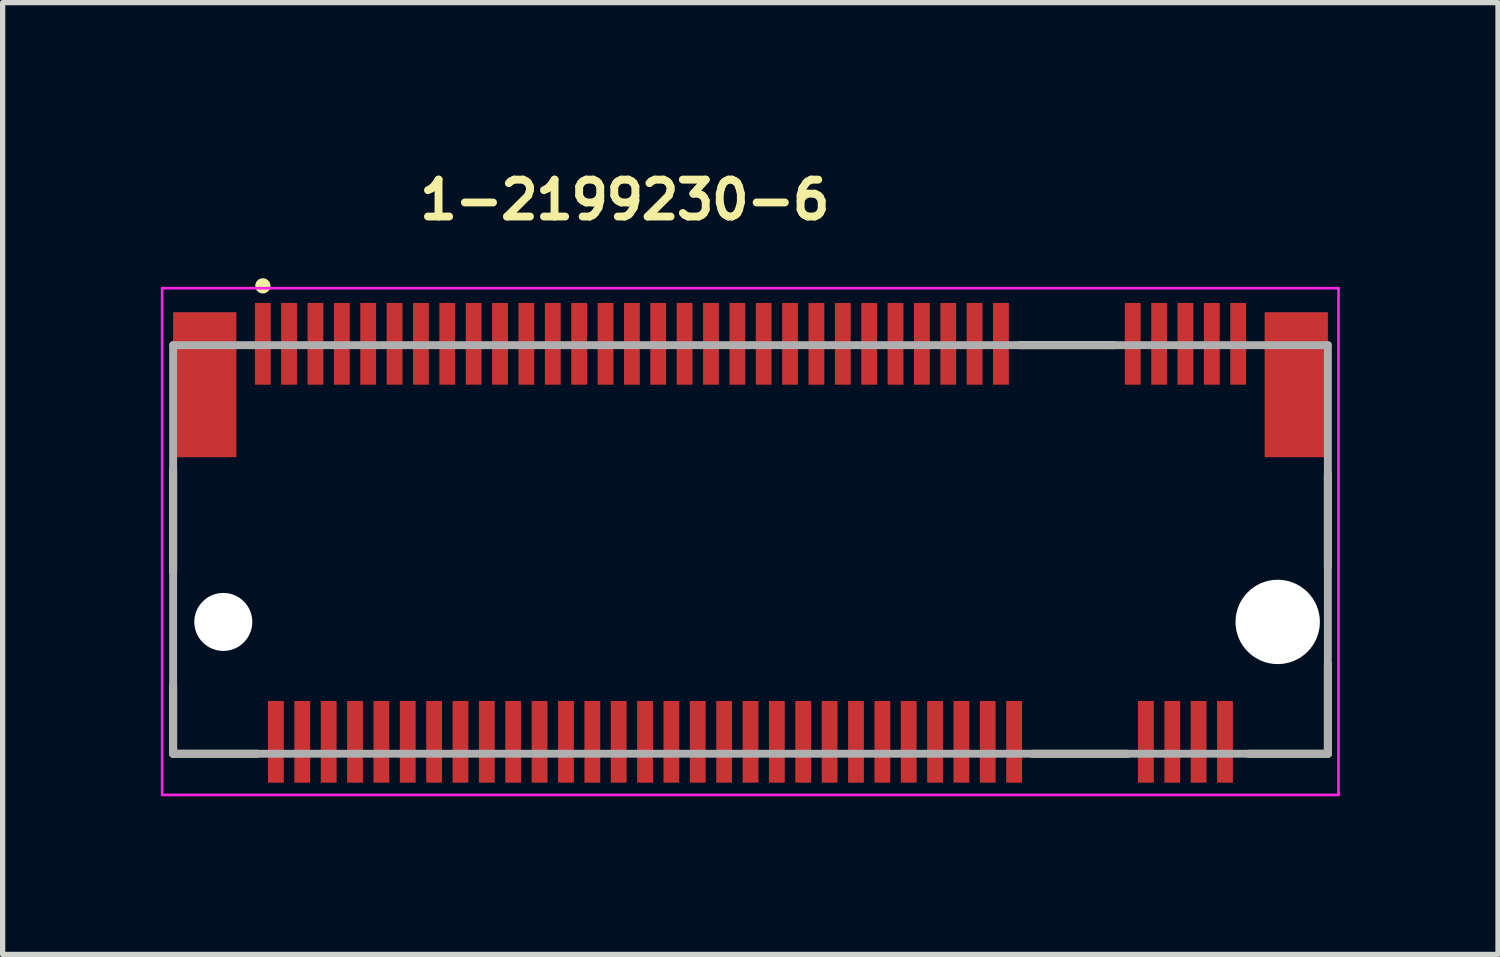
<source format=kicad_pcb>
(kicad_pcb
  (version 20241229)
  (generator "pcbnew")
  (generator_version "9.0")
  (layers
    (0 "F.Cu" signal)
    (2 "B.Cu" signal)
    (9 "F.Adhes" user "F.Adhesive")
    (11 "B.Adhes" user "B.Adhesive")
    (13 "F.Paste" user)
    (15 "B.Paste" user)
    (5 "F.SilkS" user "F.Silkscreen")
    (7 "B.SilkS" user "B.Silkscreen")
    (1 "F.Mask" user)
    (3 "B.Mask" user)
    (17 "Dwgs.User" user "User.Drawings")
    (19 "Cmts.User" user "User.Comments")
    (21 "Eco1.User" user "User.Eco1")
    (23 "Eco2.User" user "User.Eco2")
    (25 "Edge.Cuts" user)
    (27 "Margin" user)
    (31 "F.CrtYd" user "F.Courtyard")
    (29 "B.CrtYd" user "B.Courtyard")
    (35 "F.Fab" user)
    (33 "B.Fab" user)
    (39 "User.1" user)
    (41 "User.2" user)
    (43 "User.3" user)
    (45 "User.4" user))
  (footprint "1-2199230-6"
    (layer "F.Cu")
    (at 11.185 7.246)
    (property "Reference" "1-2199230-6" (at -6.35 -6.096 0) (layer "F.SilkS") (effects (font (size 0.7 0.7) (thickness 0.15)) (justify left bottom)))
    (attr smd)
    (fp_line (start -10.951 -1.401) (end -10.951 0.55) (stroke (width 0.15) (type solid)) (layer "F.SilkS"))
    (fp_line (start -10.951 2.7) (end -10.951 3.999) (stroke (width 0.15) (type solid)) (layer "F.SilkS"))
    (fp_line (start -10.951 3.999) (end -9.352 3.999) (stroke (width 0.15) (type solid)) (layer "F.SilkS"))
    (fp_line (start 5.097 -3.75) (end 6.898 -3.75) (stroke (width 0.15) (type solid)) (layer "F.SilkS"))
    (fp_line (start 5.347 3.999) (end 7.148 3.999) (stroke (width 0.15) (type solid)) (layer "F.SilkS"))
    (fp_line (start 9.448 3.999) (end 10.948 3.999) (stroke (width 0.15) (type solid)) (layer "F.SilkS"))
    (fp_line (start 10.948 0.449) (end 10.948 -1.301) (stroke (width 0.15) (type solid)) (layer "F.SilkS"))
    (fp_line (start 10.948 3.999) (end 10.948 2.3) (stroke (width 0.15) (type solid)) (layer "F.SilkS"))
    (fp_circle (center -9.25 -4.875) (end -9.201 -4.826) (stroke (width 0.15) (type solid)) (fill yes) (layer "F.SilkS"))
    (fp_line (start -11.16 -4.83) (end -11.16 4.78) (stroke (width 0.05) (type solid)) (layer "F.CrtYd"))
    (fp_line (start -11.16 4.78) (end 11.15 4.78) (stroke (width 0.05) (type solid)) (layer "F.CrtYd"))
    (fp_line (start 11.15 -4.83) (end -11.16 -4.83) (stroke (width 0.05) (type solid)) (layer "F.CrtYd"))
    (fp_line (start 11.15 4.78) (end 11.15 -4.83) (stroke (width 0.05) (type solid)) (layer "F.CrtYd"))
    (fp_line (start -10.951 -3.75) (end 10.948 -3.75) (stroke (width 0.15) (type solid)) (layer "F.Fab"))
    (fp_line (start -10.951 3.999) (end -10.951 -3.75) (stroke (width 0.15) (type solid)) (layer "F.Fab"))
    (fp_line (start 10.948 -3.75) (end 10.948 3.999) (stroke (width 0.15) (type solid)) (layer "F.Fab"))
    (fp_line (start 10.948 3.999) (end -10.951 3.999) (stroke (width 0.15) (type solid)) (layer "F.Fab"))
    (fp_rect (start -10.951 -4.351) (end 10.948 4.349) (stroke (width 0.1) (type solid)) (fill no) (layer "User.5"))
    (fp_rect (start -10.951 -4.351) (end 10.948 4.349) (stroke (width 0.1) (type solid)) (fill no) (layer "User.5"))
    (fp_line (start -10.951 -3.75) (end -10.951 1.749) (stroke (width 0.02) (type solid)) (layer "User.9"))
    (fp_line (start -10.951 -3.75) (end 10.948 -3.75) (stroke (width 0.02) (type solid)) (layer "User.9"))
    (fp_line (start -10.951 2.182) (end -10.951 1.749) (stroke (width 0.02) (type solid)) (layer "User.9"))
    (fp_line (start -10.951 2.182) (end -10.951 2.182) (stroke (width 0.02) (type solid)) (layer "User.9"))
    (fp_line (start -10.951 2.371) (end -10.951 2.182) (stroke (width 0.02) (type solid)) (layer "User.9"))
    (fp_line (start -10.951 2.371) (end -10.951 2.371) (stroke (width 0.02) (type solid)) (layer "User.9"))
    (fp_line (start -10.951 2.456) (end -10.951 2.371) (stroke (width 0.02) (type solid)) (layer "User.9"))
    (fp_line (start -10.951 2.456) (end -10.951 2.456) (stroke (width 0.02) (type solid)) (layer "User.9"))
    (fp_line (start -10.951 2.53) (end -10.951 2.456) (stroke (width 0.02) (type solid)) (layer "User.9"))
    (fp_line (start -10.951 2.53) (end -10.951 2.53) (stroke (width 0.02) (type solid)) (layer "User.9"))
    (fp_line (start -10.951 2.596) (end -10.951 2.53) (stroke (width 0.02) (type solid)) (layer "User.9"))
    (fp_line (start -10.951 2.596) (end -10.951 2.596) (stroke (width 0.02) (type solid)) (layer "User.9"))
    (fp_line (start -10.951 2.648) (end -10.951 2.596) (stroke (width 0.02) (type solid)) (layer "User.9"))
    (fp_line (start -10.951 2.648) (end -10.951 2.648) (stroke (width 0.02) (type solid)) (layer "User.9"))
    (fp_line (start -10.951 2.692) (end -10.951 2.648) (stroke (width 0.02) (type solid)) (layer "User.9"))
    (fp_line (start -10.951 2.692) (end -10.951 2.692) (stroke (width 0.02) (type solid)) (layer "User.9"))
    (fp_line (start -10.951 2.724) (end -10.951 2.692) (stroke (width 0.02) (type solid)) (layer "User.9"))
    (fp_line (start -10.951 2.724) (end -10.951 2.724) (stroke (width 0.02) (type solid)) (layer "User.9"))
    (fp_line (start -10.951 2.741) (end -10.951 2.724) (stroke (width 0.02) (type solid)) (layer "User.9"))
    (fp_line (start -10.951 2.741) (end -10.951 2.741) (stroke (width 0.02) (type solid)) (layer "User.9"))
    (fp_line (start -10.951 2.749) (end -10.951 2.741) (stroke (width 0.02) (type solid)) (layer "User.9"))
    (fp_line (start -10.951 2.749) (end -10.576 2.749) (stroke (width 0.02) (type solid)) (layer "User.9"))
    (fp_line (start -10.576 1.749) (end 6.073 1.749) (stroke (width 0.02) (type solid)) (layer "User.9"))
    (fp_line (start -10.576 2.749) (end -10.551 2.748) (stroke (width 0.02) (type solid)) (layer "User.9"))
    (fp_line (start -10.551 2.748) (end -10.526 2.746) (stroke (width 0.02) (type solid)) (layer "User.9"))
    (fp_line (start -10.526 2.746) (end -10.503 2.742) (stroke (width 0.02) (type solid)) (layer "User.9"))
    (fp_line (start -10.503 2.742) (end -10.478 2.74) (stroke (width 0.02) (type solid)) (layer "User.9"))
    (fp_line (start -10.478 2.74) (end -10.455 2.733) (stroke (width 0.02) (type solid)) (layer "User.9"))
    (fp_line (start -10.455 2.733) (end -10.43 2.726) (stroke (width 0.02) (type solid)) (layer "User.9"))
    (fp_line (start -10.43 2.726) (end -10.408 2.718) (stroke (width 0.02) (type solid)) (layer "User.9"))
    (fp_line (start -10.408 2.718) (end -10.385 2.709) (stroke (width 0.02) (type solid)) (layer "User.9"))
    (fp_line (start -10.385 2.709) (end -10.363 2.701) (stroke (width 0.02) (type solid)) (layer "User.9"))
    (fp_line (start -10.363 2.701) (end -10.342 2.69) (stroke (width 0.02) (type solid)) (layer "User.9"))
    (fp_line (start -10.342 2.69) (end -10.32 2.677) (stroke (width 0.02) (type solid)) (layer "User.9"))
    (fp_line (start -10.32 2.677) (end -10.299 2.664) (stroke (width 0.02) (type solid)) (layer "User.9"))
    (fp_line (start -10.299 2.664) (end -10.279 2.651) (stroke (width 0.02) (type solid)) (layer "User.9"))
    (fp_line (start -10.279 2.651) (end -10.26 2.636) (stroke (width 0.02) (type solid)) (layer "User.9"))
    (fp_line (start -10.26 2.636) (end -10.24 2.62) (stroke (width 0.02) (type solid)) (layer "User.9"))
    (fp_line (start -10.24 2.62) (end -10.222 2.601) (stroke (width 0.02) (type solid)) (layer "User.9"))
    (fp_line (start -10.222 2.601) (end -10.222 2.601) (stroke (width 0.02) (type solid)) (layer "User.9"))
    (fp_line (start -10.222 2.601) (end -10.206 2.584) (stroke (width 0.02) (type solid)) (layer "User.9"))
    (fp_line (start -10.206 2.584) (end -10.19 2.565) (stroke (width 0.02) (type solid)) (layer "User.9"))
    (fp_line (start -10.19 2.565) (end -10.176 2.546) (stroke (width 0.02) (type solid)) (layer "User.9"))
    (fp_line (start -10.176 2.546) (end -10.161 2.527) (stroke (width 0.02) (type solid)) (layer "User.9"))
    (fp_line (start -10.161 2.527) (end -10.147 2.504) (stroke (width 0.02) (type solid)) (layer "User.9"))
    (fp_line (start -10.147 2.504) (end -10.135 2.483) (stroke (width 0.02) (type solid)) (layer "User.9"))
    (fp_line (start -10.135 2.483) (end -10.123 2.463) (stroke (width 0.02) (type solid)) (layer "User.9"))
    (fp_line (start -10.123 2.463) (end -10.115 2.44) (stroke (width 0.02) (type solid)) (layer "User.9"))
    (fp_line (start -10.115 2.44) (end -10.106 2.418) (stroke (width 0.02) (type solid)) (layer "User.9"))
    (fp_line (start -10.106 2.418) (end -10.097 2.394) (stroke (width 0.02) (type solid)) (layer "User.9"))
    (fp_line (start -10.097 2.394) (end -10.092 2.37) (stroke (width 0.02) (type solid)) (layer "User.9"))
    (fp_line (start -10.092 2.37) (end -10.086 2.347) (stroke (width 0.02) (type solid)) (layer "User.9"))
    (fp_line (start -10.086 2.347) (end -10.083 2.322) (stroke (width 0.02) (type solid)) (layer "User.9"))
    (fp_line (start -10.083 2.322) (end -10.08 2.297) (stroke (width 0.02) (type solid)) (layer "User.9"))
    (fp_line (start -10.08 2.297) (end -10.077 2.273) (stroke (width 0.02) (type solid)) (layer "User.9"))
    (fp_line (start -10.077 2.101) (end -10.077 1.749) (stroke (width 0.02) (type solid)) (layer "User.9"))
    (fp_line (start -10.077 2.101) (end -10.077 2.101) (stroke (width 0.02) (type solid)) (layer "User.9"))
    (fp_line (start -10.077 2.249) (end -10.077 2.101) (stroke (width 0.02) (type solid)) (layer "User.9"))
    (fp_line (start -10.077 2.273) (end -10.077 2.249) (stroke (width 0.02) (type solid)) (layer "User.9"))
    (fp_line (start -9.551 -3.222) (end -8.952 -3.222) (stroke (width 0.02) (type solid)) (layer "User.9"))
    (fp_line (start -9.5 1.749) (end -9.5 3.999) (stroke (width 0.02) (type solid)) (layer "User.9"))
    (fp_line (start -9.5 2.749) (end -10.576 2.749) (stroke (width 0.02) (type solid)) (layer "User.9"))
    (fp_line (start -9.5 3.999) (end 5.342 3.999) (stroke (width 0.02) (type solid)) (layer "User.9"))
    (fp_line (start -9.326 -4.351) (end -9.326 -3.851) (stroke (width 0.02) (type solid)) (layer "User.9"))
    (fp_line (start -9.326 -4.351) (end -9.177 -4.351) (stroke (width 0.02) (type solid)) (layer "User.9"))
    (fp_line (start -9.326 -3.851) (end -9.326 -3.75) (stroke (width 0.02) (type solid)) (layer "User.9"))
    (fp_line (start -9.25 -3.741) (end -9.551 -3.222) (stroke (width 0.02) (type solid)) (layer "User.9"))
    (fp_line (start -9.177 -4.351) (end -9.177 -3.851) (stroke (width 0.02) (type solid)) (layer "User.9"))
    (fp_line (start -9.177 -3.851) (end -9.177 -3.75) (stroke (width 0.02) (type solid)) (layer "User.9"))
    (fp_line (start -9.096 2.249) (end -9.076 1.979) (stroke (width 0.02) (type solid)) (layer "User.9"))
    (fp_line (start -9.096 2.249) (end -8.907 2.249) (stroke (width 0.02) (type solid)) (layer "User.9"))
    (fp_line (start -9.076 1.749) (end -9.076 1.796) (stroke (width 0.02) (type solid)) (layer "User.9"))
    (fp_line (start -9.076 1.902) (end -9.076 1.796) (stroke (width 0.02) (type solid)) (layer "User.9"))
    (fp_line (start -9.076 1.902) (end -9.076 1.979) (stroke (width 0.02) (type solid)) (layer "User.9"))
    (fp_line (start -9.076 3.999) (end -9.076 4.349) (stroke (width 0.02) (type solid)) (layer "User.9"))
    (fp_line (start -9.076 4.349) (end -8.926 4.349) (stroke (width 0.02) (type solid)) (layer "User.9"))
    (fp_line (start -8.952 -3.222) (end -9.25 -3.741) (stroke (width 0.02) (type solid)) (layer "User.9"))
    (fp_line (start -8.926 1.749) (end -8.926 1.796) (stroke (width 0.02) (type solid)) (layer "User.9"))
    (fp_line (start -8.926 1.902) (end -8.926 1.796) (stroke (width 0.02) (type solid)) (layer "User.9"))
    (fp_line (start -8.926 1.902) (end -8.926 1.979) (stroke (width 0.02) (type solid)) (layer "User.9"))
    (fp_line (start -8.926 3.999) (end -8.926 4.349) (stroke (width 0.02) (type solid)) (layer "User.9"))
    (fp_line (start -8.907 2.249) (end -8.926 1.979) (stroke (width 0.02) (type solid)) (layer "User.9"))
    (fp_line (start -8.827 -4.351) (end -8.827 -3.851) (stroke (width 0.02) (type solid)) (layer "User.9"))
    (fp_line (start -8.827 -4.351) (end -8.676 -4.351) (stroke (width 0.02) (type solid)) (layer "User.9"))
    (fp_line (start -8.827 -3.851) (end -8.827 -3.75) (stroke (width 0.02) (type solid)) (layer "User.9"))
    (fp_line (start -8.676 -4.351) (end -8.676 -3.851) (stroke (width 0.02) (type solid)) (layer "User.9"))
    (fp_line (start -8.676 -3.851) (end -8.676 -3.75) (stroke (width 0.02) (type solid)) (layer "User.9"))
    (fp_line (start -8.594 2.249) (end -8.576 1.979) (stroke (width 0.02) (type solid)) (layer "User.9"))
    (fp_line (start -8.594 2.249) (end -8.408 2.249) (stroke (width 0.02) (type solid)) (layer "User.9"))
    (fp_line (start -8.576 1.749) (end -8.576 1.796) (stroke (width 0.02) (type solid)) (layer "User.9"))
    (fp_line (start -8.576 1.902) (end -8.576 1.796) (stroke (width 0.02) (type solid)) (layer "User.9"))
    (fp_line (start -8.576 1.902) (end -8.576 1.979) (stroke (width 0.02) (type solid)) (layer "User.9"))
    (fp_line (start -8.576 3.999) (end -8.576 4.349) (stroke (width 0.02) (type solid)) (layer "User.9"))
    (fp_line (start -8.576 4.349) (end -8.426 4.349) (stroke (width 0.02) (type solid)) (layer "User.9"))
    (fp_line (start -8.426 1.749) (end -8.426 1.796) (stroke (width 0.02) (type solid)) (layer "User.9"))
    (fp_line (start -8.426 1.902) (end -8.426 1.796) (stroke (width 0.02) (type solid)) (layer "User.9"))
    (fp_line (start -8.426 1.902) (end -8.426 1.979) (stroke (width 0.02) (type solid)) (layer "User.9"))
    (fp_line (start -8.426 3.999) (end -8.426 4.349) (stroke (width 0.02) (type solid)) (layer "User.9"))
    (fp_line (start -8.408 2.249) (end -8.426 1.979) (stroke (width 0.02) (type solid)) (layer "User.9"))
    (fp_line (start -8.325 -4.351) (end -8.325 -3.851) (stroke (width 0.02) (type solid)) (layer "User.9"))
    (fp_line (start -8.325 -4.351) (end -8.176 -4.351) (stroke (width 0.02) (type solid)) (layer "User.9"))
    (fp_line (start -8.325 -3.851) (end -8.325 -3.75) (stroke (width 0.02) (type solid)) (layer "User.9"))
    (fp_line (start -8.176 -4.351) (end -8.176 -3.851) (stroke (width 0.02) (type solid)) (layer "User.9"))
    (fp_line (start -8.176 -3.851) (end -8.176 -3.75) (stroke (width 0.02) (type solid)) (layer "User.9"))
    (fp_line (start -8.096 2.249) (end -8.075 1.979) (stroke (width 0.02) (type solid)) (layer "User.9"))
    (fp_line (start -8.096 2.249) (end -7.909 2.249) (stroke (width 0.02) (type solid)) (layer "User.9"))
    (fp_line (start -8.075 1.749) (end -8.075 1.796) (stroke (width 0.02) (type solid)) (layer "User.9"))
    (fp_line (start -8.075 1.902) (end -8.075 1.796) (stroke (width 0.02) (type solid)) (layer "User.9"))
    (fp_line (start -8.075 1.902) (end -8.075 1.979) (stroke (width 0.02) (type solid)) (layer "User.9"))
    (fp_line (start -8.075 3.999) (end -8.075 4.349) (stroke (width 0.02) (type solid)) (layer "User.9"))
    (fp_line (start -8.075 4.349) (end -7.926 4.349) (stroke (width 0.02) (type solid)) (layer "User.9"))
    (fp_line (start -7.926 1.749) (end -7.926 1.796) (stroke (width 0.02) (type solid)) (layer "User.9"))
    (fp_line (start -7.926 1.902) (end -7.926 1.796) (stroke (width 0.02) (type solid)) (layer "User.9"))
    (fp_line (start -7.926 1.902) (end -7.926 1.979) (stroke (width 0.02) (type solid)) (layer "User.9"))
    (fp_line (start -7.926 3.999) (end -7.926 4.349) (stroke (width 0.02) (type solid)) (layer "User.9"))
    (fp_line (start -7.909 2.249) (end -7.926 1.979) (stroke (width 0.02) (type solid)) (layer "User.9"))
    (fp_line (start -7.827 -4.351) (end -7.827 -3.851) (stroke (width 0.02) (type solid)) (layer "User.9"))
    (fp_line (start -7.827 -4.351) (end -7.676 -4.351) (stroke (width 0.02) (type solid)) (layer "User.9"))
    (fp_line (start -7.827 -3.851) (end -7.827 -3.75) (stroke (width 0.02) (type solid)) (layer "User.9"))
    (fp_line (start -7.676 -4.351) (end -7.676 -3.851) (stroke (width 0.02) (type solid)) (layer "User.9"))
    (fp_line (start -7.676 -3.851) (end -7.676 -3.75) (stroke (width 0.02) (type solid)) (layer "User.9"))
    (fp_line (start -7.595 2.249) (end -7.577 1.979) (stroke (width 0.02) (type solid)) (layer "User.9"))
    (fp_line (start -7.595 2.249) (end -7.409 2.249) (stroke (width 0.02) (type solid)) (layer "User.9"))
    (fp_line (start -7.577 1.749) (end -7.577 1.796) (stroke (width 0.02) (type solid)) (layer "User.9"))
    (fp_line (start -7.577 1.902) (end -7.577 1.796) (stroke (width 0.02) (type solid)) (layer "User.9"))
    (fp_line (start -7.577 1.902) (end -7.577 1.979) (stroke (width 0.02) (type solid)) (layer "User.9"))
    (fp_line (start -7.577 3.999) (end -7.577 4.349) (stroke (width 0.02) (type solid)) (layer "User.9"))
    (fp_line (start -7.577 4.349) (end -7.427 4.349) (stroke (width 0.02) (type solid)) (layer "User.9"))
    (fp_line (start -7.427 1.749) (end -7.427 1.796) (stroke (width 0.02) (type solid)) (layer "User.9"))
    (fp_line (start -7.427 1.902) (end -7.427 1.796) (stroke (width 0.02) (type solid)) (layer "User.9"))
    (fp_line (start -7.427 1.902) (end -7.427 1.979) (stroke (width 0.02) (type solid)) (layer "User.9"))
    (fp_line (start -7.427 3.999) (end -7.427 4.349) (stroke (width 0.02) (type solid)) (layer "User.9"))
    (fp_line (start -7.409 2.249) (end -7.427 1.979) (stroke (width 0.02) (type solid)) (layer "User.9"))
    (fp_line (start -7.327 -4.351) (end -7.327 -3.851) (stroke (width 0.02) (type solid)) (layer "User.9"))
    (fp_line (start -7.327 -4.351) (end -7.175 -4.351) (stroke (width 0.02) (type solid)) (layer "User.9"))
    (fp_line (start -7.327 -3.851) (end -7.327 -3.75) (stroke (width 0.02) (type solid)) (layer "User.9"))
    (fp_line (start -7.175 -4.351) (end -7.175 -3.851) (stroke (width 0.02) (type solid)) (layer "User.9"))
    (fp_line (start -7.175 -3.851) (end -7.175 -3.75) (stroke (width 0.02) (type solid)) (layer "User.9"))
    (fp_line (start -7.095 2.249) (end -7.077 1.979) (stroke (width 0.02) (type solid)) (layer "User.9"))
    (fp_line (start -7.095 2.249) (end -6.909 2.249) (stroke (width 0.02) (type solid)) (layer "User.9"))
    (fp_line (start -7.077 1.749) (end -7.077 1.796) (stroke (width 0.02) (type solid)) (layer "User.9"))
    (fp_line (start -7.077 1.902) (end -7.077 1.796) (stroke (width 0.02) (type solid)) (layer "User.9"))
    (fp_line (start -7.077 1.902) (end -7.077 1.979) (stroke (width 0.02) (type solid)) (layer "User.9"))
    (fp_line (start -7.077 3.999) (end -7.077 4.349) (stroke (width 0.02) (type solid)) (layer "User.9"))
    (fp_line (start -7.077 4.349) (end -6.925 4.349) (stroke (width 0.02) (type solid)) (layer "User.9"))
    (fp_line (start -6.925 1.749) (end -6.925 1.796) (stroke (width 0.02) (type solid)) (layer "User.9"))
    (fp_line (start -6.925 1.902) (end -6.925 1.796) (stroke (width 0.02) (type solid)) (layer "User.9"))
    (fp_line (start -6.925 1.902) (end -6.925 1.979) (stroke (width 0.02) (type solid)) (layer "User.9"))
    (fp_line (start -6.925 3.999) (end -6.925 4.349) (stroke (width 0.02) (type solid)) (layer "User.9"))
    (fp_line (start -6.909 2.249) (end -6.925 1.979) (stroke (width 0.02) (type solid)) (layer "User.9"))
    (fp_line (start -6.827 -4.351) (end -6.827 -3.851) (stroke (width 0.02) (type solid)) (layer "User.9"))
    (fp_line (start -6.827 -4.351) (end -6.675 -4.351) (stroke (width 0.02) (type solid)) (layer "User.9"))
    (fp_line (start -6.827 -3.851) (end -6.827 -3.75) (stroke (width 0.02) (type solid)) (layer "User.9"))
    (fp_line (start -6.675 -4.351) (end -6.675 -3.851) (stroke (width 0.02) (type solid)) (layer "User.9"))
    (fp_line (start -6.675 -3.851) (end -6.675 -3.75) (stroke (width 0.02) (type solid)) (layer "User.9"))
    (fp_line (start -6.595 2.249) (end -6.577 1.979) (stroke (width 0.02) (type solid)) (layer "User.9"))
    (fp_line (start -6.595 2.249) (end -6.409 2.249) (stroke (width 0.02) (type solid)) (layer "User.9"))
    (fp_line (start -6.577 1.749) (end -6.577 1.796) (stroke (width 0.02) (type solid)) (layer "User.9"))
    (fp_line (start -6.577 1.902) (end -6.577 1.796) (stroke (width 0.02) (type solid)) (layer "User.9"))
    (fp_line (start -6.577 1.902) (end -6.577 1.979) (stroke (width 0.02) (type solid)) (layer "User.9"))
    (fp_line (start -6.577 3.999) (end -6.577 4.349) (stroke (width 0.02) (type solid)) (layer "User.9"))
    (fp_line (start -6.577 4.349) (end -6.425 4.349) (stroke (width 0.02) (type solid)) (layer "User.9"))
    (fp_line (start -6.425 1.749) (end -6.425 1.796) (stroke (width 0.02) (type solid)) (layer "User.9"))
    (fp_line (start -6.425 1.902) (end -6.425 1.796) (stroke (width 0.02) (type solid)) (layer "User.9"))
    (fp_line (start -6.425 1.902) (end -6.425 1.979) (stroke (width 0.02) (type solid)) (layer "User.9"))
    (fp_line (start -6.425 3.999) (end -6.425 4.349) (stroke (width 0.02) (type solid)) (layer "User.9"))
    (fp_line (start -6.409 2.249) (end -6.425 1.979) (stroke (width 0.02) (type solid)) (layer "User.9"))
    (fp_line (start -6.327 -4.351) (end -6.327 -3.851) (stroke (width 0.02) (type solid)) (layer "User.9"))
    (fp_line (start -6.327 -4.351) (end -6.175 -4.351) (stroke (width 0.02) (type solid)) (layer "User.9"))
    (fp_line (start -6.327 -3.851) (end -6.327 -3.75) (stroke (width 0.02) (type solid)) (layer "User.9"))
    (fp_line (start -6.175 -4.351) (end -6.175 -3.851) (stroke (width 0.02) (type solid)) (layer "User.9"))
    (fp_line (start -6.175 -3.851) (end -6.175 -3.75) (stroke (width 0.02) (type solid)) (layer "User.9"))
    (fp_line (start -6.095 2.249) (end -6.077 1.979) (stroke (width 0.02) (type solid)) (layer "User.9"))
    (fp_line (start -6.095 2.249) (end -5.909 2.249) (stroke (width 0.02) (type solid)) (layer "User.9"))
    (fp_line (start -6.077 1.749) (end -6.077 1.796) (stroke (width 0.02) (type solid)) (layer "User.9"))
    (fp_line (start -6.077 1.902) (end -6.077 1.796) (stroke (width 0.02) (type solid)) (layer "User.9"))
    (fp_line (start -6.077 1.902) (end -6.077 1.979) (stroke (width 0.02) (type solid)) (layer "User.9"))
    (fp_line (start -6.077 3.999) (end -6.077 4.349) (stroke (width 0.02) (type solid)) (layer "User.9"))
    (fp_line (start -6.077 4.349) (end -5.925 4.349) (stroke (width 0.02) (type solid)) (layer "User.9"))
    (fp_line (start -5.925 1.749) (end -5.925 1.796) (stroke (width 0.02) (type solid)) (layer "User.9"))
    (fp_line (start -5.925 1.902) (end -5.925 1.796) (stroke (width 0.02) (type solid)) (layer "User.9"))
    (fp_line (start -5.925 1.902) (end -5.925 1.979) (stroke (width 0.02) (type solid)) (layer "User.9"))
    (fp_line (start -5.925 3.999) (end -5.925 4.349) (stroke (width 0.02) (type solid)) (layer "User.9"))
    (fp_line (start -5.909 2.249) (end -5.925 1.979) (stroke (width 0.02) (type solid)) (layer "User.9"))
    (fp_line (start -5.827 -4.351) (end -5.827 -3.851) (stroke (width 0.02) (type solid)) (layer "User.9"))
    (fp_line (start -5.827 -4.351) (end -5.675 -4.351) (stroke (width 0.02) (type solid)) (layer "User.9"))
    (fp_line (start -5.827 -3.851) (end -5.827 -3.75) (stroke (width 0.02) (type solid)) (layer "User.9"))
    (fp_line (start -5.675 -4.351) (end -5.675 -3.851) (stroke (width 0.02) (type solid)) (layer "User.9"))
    (fp_line (start -5.675 -3.851) (end -5.675 -3.75) (stroke (width 0.02) (type solid)) (layer "User.9"))
    (fp_line (start -5.595 2.249) (end -5.577 1.979) (stroke (width 0.02) (type solid)) (layer "User.9"))
    (fp_line (start -5.595 2.249) (end -5.409 2.249) (stroke (width 0.02) (type solid)) (layer "User.9"))
    (fp_line (start -5.577 1.749) (end -5.577 1.796) (stroke (width 0.02) (type solid)) (layer "User.9"))
    (fp_line (start -5.577 1.902) (end -5.577 1.796) (stroke (width 0.02) (type solid)) (layer "User.9"))
    (fp_line (start -5.577 1.902) (end -5.577 1.979) (stroke (width 0.02) (type solid)) (layer "User.9"))
    (fp_line (start -5.577 3.999) (end -5.577 4.349) (stroke (width 0.02) (type solid)) (layer "User.9"))
    (fp_line (start -5.577 4.349) (end -5.425 4.349) (stroke (width 0.02) (type solid)) (layer "User.9"))
    (fp_line (start -5.425 1.749) (end -5.425 1.796) (stroke (width 0.02) (type solid)) (layer "User.9"))
    (fp_line (start -5.425 1.902) (end -5.425 1.796) (stroke (width 0.02) (type solid)) (layer "User.9"))
    (fp_line (start -5.425 1.902) (end -5.425 1.979) (stroke (width 0.02) (type solid)) (layer "User.9"))
    (fp_line (start -5.425 3.999) (end -5.425 4.349) (stroke (width 0.02) (type solid)) (layer "User.9"))
    (fp_line (start -5.409 2.249) (end -5.425 1.979) (stroke (width 0.02) (type solid)) (layer "User.9"))
    (fp_line (start -5.327 -4.351) (end -5.327 -3.851) (stroke (width 0.02) (type solid)) (layer "User.9"))
    (fp_line (start -5.327 -4.351) (end -5.175 -4.351) (stroke (width 0.02) (type solid)) (layer "User.9"))
    (fp_line (start -5.327 -3.851) (end -5.327 -3.75) (stroke (width 0.02) (type solid)) (layer "User.9"))
    (fp_line (start -5.175 -4.351) (end -5.175 -3.851) (stroke (width 0.02) (type solid)) (layer "User.9"))
    (fp_line (start -5.175 -3.851) (end -5.175 -3.75) (stroke (width 0.02) (type solid)) (layer "User.9"))
    (fp_line (start -5.095 2.249) (end -5.077 1.979) (stroke (width 0.02) (type solid)) (layer "User.9"))
    (fp_line (start -5.095 2.249) (end -4.909 2.249) (stroke (width 0.02) (type solid)) (layer "User.9"))
    (fp_line (start -5.077 1.749) (end -5.077 1.796) (stroke (width 0.02) (type solid)) (layer "User.9"))
    (fp_line (start -5.077 1.902) (end -5.077 1.796) (stroke (width 0.02) (type solid)) (layer "User.9"))
    (fp_line (start -5.077 1.902) (end -5.077 1.979) (stroke (width 0.02) (type solid)) (layer "User.9"))
    (fp_line (start -5.077 3.999) (end -5.077 4.349) (stroke (width 0.02) (type solid)) (layer "User.9"))
    (fp_line (start -5.077 4.349) (end -4.925 4.349) (stroke (width 0.02) (type solid)) (layer "User.9"))
    (fp_line (start -4.925 1.749) (end -4.925 1.796) (stroke (width 0.02) (type solid)) (layer "User.9"))
    (fp_line (start -4.925 1.902) (end -4.925 1.796) (stroke (width 0.02) (type solid)) (layer "User.9"))
    (fp_line (start -4.925 1.902) (end -4.925 1.979) (stroke (width 0.02) (type solid)) (layer "User.9"))
    (fp_line (start -4.925 3.999) (end -4.925 4.349) (stroke (width 0.02) (type solid)) (layer "User.9"))
    (fp_line (start -4.909 2.249) (end -4.925 1.979) (stroke (width 0.02) (type solid)) (layer "User.9"))
    (fp_line (start -4.827 -4.351) (end -4.827 -3.851) (stroke (width 0.02) (type solid)) (layer "User.9"))
    (fp_line (start -4.827 -4.351) (end -4.675 -4.351) (stroke (width 0.02) (type solid)) (layer "User.9"))
    (fp_line (start -4.827 -3.851) (end -4.827 -3.75) (stroke (width 0.02) (type solid)) (layer "User.9"))
    (fp_line (start -4.675 -4.351) (end -4.675 -3.851) (stroke (width 0.02) (type solid)) (layer "User.9"))
    (fp_line (start -4.675 -3.851) (end -4.675 -3.75) (stroke (width 0.02) (type solid)) (layer "User.9"))
    (fp_line (start -4.595 2.249) (end -4.577 1.979) (stroke (width 0.02) (type solid)) (layer "User.9"))
    (fp_line (start -4.595 2.249) (end -4.409 2.249) (stroke (width 0.02) (type solid)) (layer "User.9"))
    (fp_line (start -4.577 1.749) (end -4.577 1.796) (stroke (width 0.02) (type solid)) (layer "User.9"))
    (fp_line (start -4.577 1.902) (end -4.577 1.796) (stroke (width 0.02) (type solid)) (layer "User.9"))
    (fp_line (start -4.577 1.902) (end -4.577 1.979) (stroke (width 0.02) (type solid)) (layer "User.9"))
    (fp_line (start -4.577 3.999) (end -4.577 4.349) (stroke (width 0.02) (type solid)) (layer "User.9"))
    (fp_line (start -4.577 4.349) (end -4.425 4.349) (stroke (width 0.02) (type solid)) (layer "User.9"))
    (fp_line (start -4.425 1.749) (end -4.425 1.796) (stroke (width 0.02) (type solid)) (layer "User.9"))
    (fp_line (start -4.425 1.902) (end -4.425 1.796) (stroke (width 0.02) (type solid)) (layer "User.9"))
    (fp_line (start -4.425 1.902) (end -4.425 1.979) (stroke (width 0.02) (type solid)) (layer "User.9"))
    (fp_line (start -4.425 3.999) (end -4.425 4.349) (stroke (width 0.02) (type solid)) (layer "User.9"))
    (fp_line (start -4.409 2.249) (end -4.425 1.979) (stroke (width 0.02) (type solid)) (layer "User.9"))
    (fp_line (start -4.327 -4.351) (end -4.327 -3.851) (stroke (width 0.02) (type solid)) (layer "User.9"))
    (fp_line (start -4.327 -4.351) (end -4.175 -4.351) (stroke (width 0.02) (type solid)) (layer "User.9"))
    (fp_line (start -4.327 -3.851) (end -4.327 -3.75) (stroke (width 0.02) (type solid)) (layer "User.9"))
    (fp_line (start -4.175 -4.351) (end -4.175 -3.851) (stroke (width 0.02) (type solid)) (layer "User.9"))
    (fp_line (start -4.175 -3.851) (end -4.175 -3.75) (stroke (width 0.02) (type solid)) (layer "User.9"))
    (fp_line (start -4.095 2.249) (end -4.077 1.979) (stroke (width 0.02) (type solid)) (layer "User.9"))
    (fp_line (start -4.095 2.249) (end -3.908 2.249) (stroke (width 0.02) (type solid)) (layer "User.9"))
    (fp_line (start -4.077 1.749) (end -4.077 1.796) (stroke (width 0.02) (type solid)) (layer "User.9"))
    (fp_line (start -4.077 1.902) (end -4.077 1.796) (stroke (width 0.02) (type solid)) (layer "User.9"))
    (fp_line (start -4.077 1.902) (end -4.077 1.979) (stroke (width 0.02) (type solid)) (layer "User.9"))
    (fp_line (start -4.077 3.999) (end -4.077 4.349) (stroke (width 0.02) (type solid)) (layer "User.9"))
    (fp_line (start -4.077 4.349) (end -3.926 4.349) (stroke (width 0.02) (type solid)) (layer "User.9"))
    (fp_line (start -3.926 1.749) (end -3.926 1.796) (stroke (width 0.02) (type solid)) (layer "User.9"))
    (fp_line (start -3.926 1.902) (end -3.926 1.796) (stroke (width 0.02) (type solid)) (layer "User.9"))
    (fp_line (start -3.926 1.902) (end -3.926 1.979) (stroke (width 0.02) (type solid)) (layer "User.9"))
    (fp_line (start -3.926 3.999) (end -3.926 4.349) (stroke (width 0.02) (type solid)) (layer "User.9"))
    (fp_line (start -3.908 2.249) (end -3.926 1.979) (stroke (width 0.02) (type solid)) (layer "User.9"))
    (fp_line (start -3.826 -4.351) (end -3.826 -3.851) (stroke (width 0.02) (type solid)) (layer "User.9"))
    (fp_line (start -3.826 -4.351) (end -3.676 -4.351) (stroke (width 0.02) (type solid)) (layer "User.9"))
    (fp_line (start -3.826 -3.851) (end -3.826 -3.75) (stroke (width 0.02) (type solid)) (layer "User.9"))
    (fp_line (start -3.676 -4.351) (end -3.676 -3.851) (stroke (width 0.02) (type solid)) (layer "User.9"))
    (fp_line (start -3.676 -3.851) (end -3.676 -3.75) (stroke (width 0.02) (type solid)) (layer "User.9"))
    (fp_line (start -3.596 2.249) (end -3.576 1.979) (stroke (width 0.02) (type solid)) (layer "User.9"))
    (fp_line (start -3.596 2.249) (end -3.408 2.249) (stroke (width 0.02) (type solid)) (layer "User.9"))
    (fp_line (start -3.576 1.749) (end -3.576 1.796) (stroke (width 0.02) (type solid)) (layer "User.9"))
    (fp_line (start -3.576 1.902) (end -3.576 1.796) (stroke (width 0.02) (type solid)) (layer "User.9"))
    (fp_line (start -3.576 1.902) (end -3.576 1.979) (stroke (width 0.02) (type solid)) (layer "User.9"))
    (fp_line (start -3.576 3.999) (end -3.576 4.349) (stroke (width 0.02) (type solid)) (layer "User.9"))
    (fp_line (start -3.576 4.349) (end -3.426 4.349) (stroke (width 0.02) (type solid)) (layer "User.9"))
    (fp_line (start -3.426 1.749) (end -3.426 1.796) (stroke (width 0.02) (type solid)) (layer "User.9"))
    (fp_line (start -3.426 1.902) (end -3.426 1.796) (stroke (width 0.02) (type solid)) (layer "User.9"))
    (fp_line (start -3.426 1.902) (end -3.426 1.979) (stroke (width 0.02) (type solid)) (layer "User.9"))
    (fp_line (start -3.426 3.999) (end -3.426 4.349) (stroke (width 0.02) (type solid)) (layer "User.9"))
    (fp_line (start -3.408 2.249) (end -3.426 1.979) (stroke (width 0.02) (type solid)) (layer "User.9"))
    (fp_line (start -3.326 -4.351) (end -3.326 -3.851) (stroke (width 0.02) (type solid)) (layer "User.9"))
    (fp_line (start -3.326 -4.351) (end -3.176 -4.351) (stroke (width 0.02) (type solid)) (layer "User.9"))
    (fp_line (start -3.326 -3.851) (end -3.326 -3.75) (stroke (width 0.02) (type solid)) (layer "User.9"))
    (fp_line (start -3.176 -4.351) (end -3.176 -3.851) (stroke (width 0.02) (type solid)) (layer "User.9"))
    (fp_line (start -3.176 -3.851) (end -3.176 -3.75) (stroke (width 0.02) (type solid)) (layer "User.9"))
    (fp_line (start -3.096 2.249) (end -3.077 1.979) (stroke (width 0.02) (type solid)) (layer "User.9"))
    (fp_line (start -3.096 2.249) (end -2.908 2.249) (stroke (width 0.02) (type solid)) (layer "User.9"))
    (fp_line (start -3.077 1.749) (end -3.077 1.796) (stroke (width 0.02) (type solid)) (layer "User.9"))
    (fp_line (start -3.077 1.902) (end -3.077 1.796) (stroke (width 0.02) (type solid)) (layer "User.9"))
    (fp_line (start -3.077 1.902) (end -3.077 1.979) (stroke (width 0.02) (type solid)) (layer "User.9"))
    (fp_line (start -3.077 3.999) (end -3.077 4.349) (stroke (width 0.02) (type solid)) (layer "User.9"))
    (fp_line (start -3.077 4.349) (end -2.926 4.349) (stroke (width 0.02) (type solid)) (layer "User.9"))
    (fp_line (start -2.926 1.749) (end -2.926 1.796) (stroke (width 0.02) (type solid)) (layer "User.9"))
    (fp_line (start -2.926 1.902) (end -2.926 1.796) (stroke (width 0.02) (type solid)) (layer "User.9"))
    (fp_line (start -2.926 1.902) (end -2.926 1.979) (stroke (width 0.02) (type solid)) (layer "User.9"))
    (fp_line (start -2.926 3.999) (end -2.926 4.349) (stroke (width 0.02) (type solid)) (layer "User.9"))
    (fp_line (start -2.908 2.249) (end -2.926 1.979) (stroke (width 0.02) (type solid)) (layer "User.9"))
    (fp_line (start -2.827 -4.351) (end -2.827 -3.851) (stroke (width 0.02) (type solid)) (layer "User.9"))
    (fp_line (start -2.827 -4.351) (end -2.676 -4.351) (stroke (width 0.02) (type solid)) (layer "User.9"))
    (fp_line (start -2.827 -3.851) (end -2.827 -3.75) (stroke (width 0.02) (type solid)) (layer "User.9"))
    (fp_line (start -2.676 -4.351) (end -2.676 -3.851) (stroke (width 0.02) (type solid)) (layer "User.9"))
    (fp_line (start -2.676 -3.851) (end -2.676 -3.75) (stroke (width 0.02) (type solid)) (layer "User.9"))
    (fp_line (start -2.594 2.249) (end -2.577 1.979) (stroke (width 0.02) (type solid)) (layer "User.9"))
    (fp_line (start -2.594 2.249) (end -2.408 2.249) (stroke (width 0.02) (type solid)) (layer "User.9"))
    (fp_line (start -2.577 1.749) (end -2.577 1.796) (stroke (width 0.02) (type solid)) (layer "User.9"))
    (fp_line (start -2.577 1.902) (end -2.577 1.796) (stroke (width 0.02) (type solid)) (layer "User.9"))
    (fp_line (start -2.577 1.902) (end -2.577 1.979) (stroke (width 0.02) (type solid)) (layer "User.9"))
    (fp_line (start -2.577 3.999) (end -2.577 4.349) (stroke (width 0.02) (type solid)) (layer "User.9"))
    (fp_line (start -2.577 4.349) (end -2.426 4.349) (stroke (width 0.02) (type solid)) (layer "User.9"))
    (fp_line (start -2.426 1.749) (end -2.426 1.796) (stroke (width 0.02) (type solid)) (layer "User.9"))
    (fp_line (start -2.426 1.902) (end -2.426 1.796) (stroke (width 0.02) (type solid)) (layer "User.9"))
    (fp_line (start -2.426 1.902) (end -2.426 1.979) (stroke (width 0.02) (type solid)) (layer "User.9"))
    (fp_line (start -2.426 3.999) (end -2.426 4.349) (stroke (width 0.02) (type solid)) (layer "User.9"))
    (fp_line (start -2.408 2.249) (end -2.426 1.979) (stroke (width 0.02) (type solid)) (layer "User.9"))
    (fp_line (start -2.327 -4.351) (end -2.327 -3.851) (stroke (width 0.02) (type solid)) (layer "User.9"))
    (fp_line (start -2.327 -4.351) (end -2.176 -4.351) (stroke (width 0.02) (type solid)) (layer "User.9"))
    (fp_line (start -2.327 -3.851) (end -2.327 -3.75) (stroke (width 0.02) (type solid)) (layer "User.9"))
    (fp_line (start -2.176 -4.351) (end -2.176 -3.851) (stroke (width 0.02) (type solid)) (layer "User.9"))
    (fp_line (start -2.176 -3.851) (end -2.176 -3.75) (stroke (width 0.02) (type solid)) (layer "User.9"))
    (fp_line (start -2.094 2.249) (end -2.077 1.979) (stroke (width 0.02) (type solid)) (layer "User.9"))
    (fp_line (start -2.094 2.249) (end -1.909 2.249) (stroke (width 0.02) (type solid)) (layer "User.9"))
    (fp_line (start -2.077 1.749) (end -2.077 1.796) (stroke (width 0.02) (type solid)) (layer "User.9"))
    (fp_line (start -2.077 1.902) (end -2.077 1.796) (stroke (width 0.02) (type solid)) (layer "User.9"))
    (fp_line (start -2.077 1.902) (end -2.077 1.979) (stroke (width 0.02) (type solid)) (layer "User.9"))
    (fp_line (start -2.077 3.999) (end -2.077 4.349) (stroke (width 0.02) (type solid)) (layer "User.9"))
    (fp_line (start -2.077 4.349) (end -1.926 4.349) (stroke (width 0.02) (type solid)) (layer "User.9"))
    (fp_line (start -1.926 1.749) (end -1.926 1.796) (stroke (width 0.02) (type solid)) (layer "User.9"))
    (fp_line (start -1.926 1.902) (end -1.926 1.796) (stroke (width 0.02) (type solid)) (layer "User.9"))
    (fp_line (start -1.926 1.902) (end -1.926 1.979) (stroke (width 0.02) (type solid)) (layer "User.9"))
    (fp_line (start -1.926 3.999) (end -1.926 4.349) (stroke (width 0.02) (type solid)) (layer "User.9"))
    (fp_line (start -1.909 2.249) (end -1.926 1.979) (stroke (width 0.02) (type solid)) (layer "User.9"))
    (fp_line (start -1.827 -4.351) (end -1.827 -3.851) (stroke (width 0.02) (type solid)) (layer "User.9"))
    (fp_line (start -1.827 -4.351) (end -1.676 -4.351) (stroke (width 0.02) (type solid)) (layer "User.9"))
    (fp_line (start -1.827 -3.851) (end -1.827 -3.75) (stroke (width 0.02) (type solid)) (layer "User.9"))
    (fp_line (start -1.676 -4.351) (end -1.676 -3.851) (stroke (width 0.02) (type solid)) (layer "User.9"))
    (fp_line (start -1.676 -3.851) (end -1.676 -3.75) (stroke (width 0.02) (type solid)) (layer "User.9"))
    (fp_line (start -1.595 2.249) (end -1.577 1.979) (stroke (width 0.02) (type solid)) (layer "User.9"))
    (fp_line (start -1.595 2.249) (end -1.408 2.249) (stroke (width 0.02) (type solid)) (layer "User.9"))
    (fp_line (start -1.577 1.749) (end -1.577 1.796) (stroke (width 0.02) (type solid)) (layer "User.9"))
    (fp_line (start -1.577 1.902) (end -1.577 1.796) (stroke (width 0.02) (type solid)) (layer "User.9"))
    (fp_line (start -1.577 1.902) (end -1.577 1.979) (stroke (width 0.02) (type solid)) (layer "User.9"))
    (fp_line (start -1.577 3.999) (end -1.577 4.349) (stroke (width 0.02) (type solid)) (layer "User.9"))
    (fp_line (start -1.577 4.349) (end -1.426 4.349) (stroke (width 0.02) (type solid)) (layer "User.9"))
    (fp_line (start -1.426 1.749) (end -1.426 1.796) (stroke (width 0.02) (type solid)) (layer "User.9"))
    (fp_line (start -1.426 1.902) (end -1.426 1.796) (stroke (width 0.02) (type solid)) (layer "User.9"))
    (fp_line (start -1.426 1.902) (end -1.426 1.979) (stroke (width 0.02) (type solid)) (layer "User.9"))
    (fp_line (start -1.426 3.999) (end -1.426 4.349) (stroke (width 0.02) (type solid)) (layer "User.9"))
    (fp_line (start -1.408 2.249) (end -1.426 1.979) (stroke (width 0.02) (type solid)) (layer "User.9"))
    (fp_line (start -1.327 -4.351) (end -1.327 -3.851) (stroke (width 0.02) (type solid)) (layer "User.9"))
    (fp_line (start -1.327 -4.351) (end -1.178 -4.351) (stroke (width 0.02) (type solid)) (layer "User.9"))
    (fp_line (start -1.327 -3.851) (end -1.327 -3.75) (stroke (width 0.02) (type solid)) (layer "User.9"))
    (fp_line (start -1.178 -4.351) (end -1.178 -3.851) (stroke (width 0.02) (type solid)) (layer "User.9"))
    (fp_line (start -1.178 -3.851) (end -1.178 -3.75) (stroke (width 0.02) (type solid)) (layer "User.9"))
    (fp_line (start -1.095 2.249) (end -1.075 1.979) (stroke (width 0.02) (type solid)) (layer "User.9"))
    (fp_line (start -1.095 2.249) (end -0.909 2.249) (stroke (width 0.02) (type solid)) (layer "User.9"))
    (fp_line (start -1.075 1.749) (end -1.075 1.796) (stroke (width 0.02) (type solid)) (layer "User.9"))
    (fp_line (start -1.075 1.902) (end -1.075 1.796) (stroke (width 0.02) (type solid)) (layer "User.9"))
    (fp_line (start -1.075 1.902) (end -1.075 1.979) (stroke (width 0.02) (type solid)) (layer "User.9"))
    (fp_line (start -1.075 3.999) (end -1.075 4.349) (stroke (width 0.02) (type solid)) (layer "User.9"))
    (fp_line (start -1.075 4.349) (end -0.928 4.349) (stroke (width 0.02) (type solid)) (layer "User.9"))
    (fp_line (start -0.928 1.749) (end -0.928 1.796) (stroke (width 0.02) (type solid)) (layer "User.9"))
    (fp_line (start -0.928 1.902) (end -0.928 1.796) (stroke (width 0.02) (type solid)) (layer "User.9"))
    (fp_line (start -0.928 1.902) (end -0.928 1.979) (stroke (width 0.02) (type solid)) (layer "User.9"))
    (fp_line (start -0.928 3.999) (end -0.928 4.349) (stroke (width 0.02) (type solid)) (layer "User.9"))
    (fp_line (start -0.909 2.249) (end -0.928 1.979) (stroke (width 0.02) (type solid)) (layer "User.9"))
    (fp_line (start -0.826 -4.351) (end -0.826 -3.851) (stroke (width 0.02) (type solid)) (layer "User.9"))
    (fp_line (start -0.826 -4.351) (end -0.678 -4.351) (stroke (width 0.02) (type solid)) (layer "User.9"))
    (fp_line (start -0.826 -3.851) (end -0.826 -3.75) (stroke (width 0.02) (type solid)) (layer "User.9"))
    (fp_line (start -0.678 -4.351) (end -0.678 -3.851) (stroke (width 0.02) (type solid)) (layer "User.9"))
    (fp_line (start -0.678 -3.851) (end -0.678 -3.75) (stroke (width 0.02) (type solid)) (layer "User.9"))
    (fp_line (start -0.594 2.249) (end -0.576 1.979) (stroke (width 0.02) (type solid)) (layer "User.9"))
    (fp_line (start -0.594 2.249) (end -0.409 2.249) (stroke (width 0.02) (type solid)) (layer "User.9"))
    (fp_line (start -0.576 1.749) (end -0.576 1.796) (stroke (width 0.02) (type solid)) (layer "User.9"))
    (fp_line (start -0.576 1.902) (end -0.576 1.796) (stroke (width 0.02) (type solid)) (layer "User.9"))
    (fp_line (start -0.576 1.902) (end -0.576 1.979) (stroke (width 0.02) (type solid)) (layer "User.9"))
    (fp_line (start -0.576 3.999) (end -0.576 4.349) (stroke (width 0.02) (type solid)) (layer "User.9"))
    (fp_line (start -0.576 4.349) (end -0.427 4.349) (stroke (width 0.02) (type solid)) (layer "User.9"))
    (fp_line (start -0.427 1.749) (end -0.427 1.796) (stroke (width 0.02) (type solid)) (layer "User.9"))
    (fp_line (start -0.427 1.902) (end -0.427 1.796) (stroke (width 0.02) (type solid)) (layer "User.9"))
    (fp_line (start -0.427 1.902) (end -0.427 1.979) (stroke (width 0.02) (type solid)) (layer "User.9"))
    (fp_line (start -0.427 3.999) (end -0.427 4.349) (stroke (width 0.02) (type solid)) (layer "User.9"))
    (fp_line (start -0.409 2.249) (end -0.427 1.979) (stroke (width 0.02) (type solid)) (layer "User.9"))
    (fp_line (start -0.326 -4.351) (end -0.326 -3.851) (stroke (width 0.02) (type solid)) (layer "User.9"))
    (fp_line (start -0.326 -4.351) (end -0.177 -4.351) (stroke (width 0.02) (type solid)) (layer "User.9"))
    (fp_line (start -0.326 -3.851) (end -0.326 -3.75) (stroke (width 0.02) (type solid)) (layer "User.9"))
    (fp_line (start -0.177 -4.351) (end -0.177 -3.851) (stroke (width 0.02) (type solid)) (layer "User.9"))
    (fp_line (start -0.177 -3.851) (end -0.177 -3.75) (stroke (width 0.02) (type solid)) (layer "User.9"))
    (fp_line (start -0.094 2.249) (end -0.075 1.979) (stroke (width 0.02) (type solid)) (layer "User.9"))
    (fp_line (start -0.094 2.249) (end 0.091 2.249) (stroke (width 0.02) (type solid)) (layer "User.9"))
    (fp_line (start -0.075 1.749) (end -0.075 1.796) (stroke (width 0.02) (type solid)) (layer "User.9"))
    (fp_line (start -0.075 1.902) (end -0.075 1.796) (stroke (width 0.02) (type solid)) (layer "User.9"))
    (fp_line (start -0.075 1.902) (end -0.075 1.979) (stroke (width 0.02) (type solid)) (layer "User.9"))
    (fp_line (start -0.075 3.999) (end -0.075 4.349) (stroke (width 0.02) (type solid)) (layer "User.9"))
    (fp_line (start -0.075 4.349) (end 0.072 4.349) (stroke (width 0.02) (type solid)) (layer "User.9"))
    (fp_line (start 0.072 1.749) (end 0.072 1.796) (stroke (width 0.02) (type solid)) (layer "User.9"))
    (fp_line (start 0.072 1.902) (end 0.072 1.796) (stroke (width 0.02) (type solid)) (layer "User.9"))
    (fp_line (start 0.072 1.902) (end 0.072 1.979) (stroke (width 0.02) (type solid)) (layer "User.9"))
    (fp_line (start 0.072 3.999) (end 0.072 4.349) (stroke (width 0.02) (type solid)) (layer "User.9"))
    (fp_line (start 0.091 2.249) (end 0.072 1.979) (stroke (width 0.02) (type solid)) (layer "User.9"))
    (fp_line (start 0.175 -4.351) (end 0.175 -3.851) (stroke (width 0.02) (type solid)) (layer "User.9"))
    (fp_line (start 0.175 -4.351) (end 0.323 -4.351) (stroke (width 0.02) (type solid)) (layer "User.9"))
    (fp_line (start 0.175 -3.851) (end 0.175 -3.75) (stroke (width 0.02) (type solid)) (layer "User.9"))
    (fp_line (start 0.323 -4.351) (end 0.323 -3.851) (stroke (width 0.02) (type solid)) (layer "User.9"))
    (fp_line (start 0.323 -3.851) (end 0.323 -3.75) (stroke (width 0.02) (type solid)) (layer "User.9"))
    (fp_line (start 0.406 2.249) (end 0.424 1.979) (stroke (width 0.02) (type solid)) (layer "User.9"))
    (fp_line (start 0.406 2.249) (end 0.591 2.249) (stroke (width 0.02) (type solid)) (layer "User.9"))
    (fp_line (start 0.424 1.749) (end 0.424 1.796) (stroke (width 0.02) (type solid)) (layer "User.9"))
    (fp_line (start 0.424 1.902) (end 0.424 1.796) (stroke (width 0.02) (type solid)) (layer "User.9"))
    (fp_line (start 0.424 1.902) (end 0.424 1.979) (stroke (width 0.02) (type solid)) (layer "User.9"))
    (fp_line (start 0.424 3.999) (end 0.424 4.349) (stroke (width 0.02) (type solid)) (layer "User.9"))
    (fp_line (start 0.424 4.349) (end 0.573 4.349) (stroke (width 0.02) (type solid)) (layer "User.9"))
    (fp_line (start 0.573 1.749) (end 0.573 1.796) (stroke (width 0.02) (type solid)) (layer "User.9"))
    (fp_line (start 0.573 1.902) (end 0.573 1.796) (stroke (width 0.02) (type solid)) (layer "User.9"))
    (fp_line (start 0.573 1.902) (end 0.573 1.979) (stroke (width 0.02) (type solid)) (layer "User.9"))
    (fp_line (start 0.573 3.999) (end 0.573 4.349) (stroke (width 0.02) (type solid)) (layer "User.9"))
    (fp_line (start 0.591 2.249) (end 0.573 1.979) (stroke (width 0.02) (type solid)) (layer "User.9"))
    (fp_line (start 0.675 -4.351) (end 0.675 -3.851) (stroke (width 0.02) (type solid)) (layer "User.9"))
    (fp_line (start 0.675 -4.351) (end 0.823 -4.351) (stroke (width 0.02) (type solid)) (layer "User.9"))
    (fp_line (start 0.675 -3.851) (end 0.675 -3.75) (stroke (width 0.02) (type solid)) (layer "User.9"))
    (fp_line (start 0.823 -4.351) (end 0.823 -3.851) (stroke (width 0.02) (type solid)) (layer "User.9"))
    (fp_line (start 0.823 -3.851) (end 0.823 -3.75) (stroke (width 0.02) (type solid)) (layer "User.9"))
    (fp_line (start 0.906 2.249) (end 0.925 1.979) (stroke (width 0.02) (type solid)) (layer "User.9"))
    (fp_line (start 0.906 2.249) (end 1.092 2.249) (stroke (width 0.02) (type solid)) (layer "User.9"))
    (fp_line (start 0.925 1.749) (end 0.925 1.796) (stroke (width 0.02) (type solid)) (layer "User.9"))
    (fp_line (start 0.925 1.902) (end 0.925 1.796) (stroke (width 0.02) (type solid)) (layer "User.9"))
    (fp_line (start 0.925 1.902) (end 0.925 1.979) (stroke (width 0.02) (type solid)) (layer "User.9"))
    (fp_line (start 0.925 3.999) (end 0.925 4.349) (stroke (width 0.02) (type solid)) (layer "User.9"))
    (fp_line (start 0.925 4.349) (end 1.072 4.349) (stroke (width 0.02) (type solid)) (layer "User.9"))
    (fp_line (start 1.072 1.749) (end 1.072 1.796) (stroke (width 0.02) (type solid)) (layer "User.9"))
    (fp_line (start 1.072 1.902) (end 1.072 1.796) (stroke (width 0.02) (type solid)) (layer "User.9"))
    (fp_line (start 1.072 1.902) (end 1.072 1.979) (stroke (width 0.02) (type solid)) (layer "User.9"))
    (fp_line (start 1.072 3.999) (end 1.072 4.349) (stroke (width 0.02) (type solid)) (layer "User.9"))
    (fp_line (start 1.092 2.249) (end 1.072 1.979) (stroke (width 0.02) (type solid)) (layer "User.9"))
    (fp_line (start 1.175 -4.351) (end 1.175 -3.851) (stroke (width 0.02) (type solid)) (layer "User.9"))
    (fp_line (start 1.175 -4.351) (end 1.322 -4.351) (stroke (width 0.02) (type solid)) (layer "User.9"))
    (fp_line (start 1.175 -3.851) (end 1.175 -3.75) (stroke (width 0.02) (type solid)) (layer "User.9"))
    (fp_line (start 1.322 -4.351) (end 1.322 -3.851) (stroke (width 0.02) (type solid)) (layer "User.9"))
    (fp_line (start 1.322 -3.851) (end 1.322 -3.75) (stroke (width 0.02) (type solid)) (layer "User.9"))
    (fp_line (start 1.406 2.249) (end 1.425 1.979) (stroke (width 0.02) (type solid)) (layer "User.9"))
    (fp_line (start 1.406 2.249) (end 1.592 2.249) (stroke (width 0.02) (type solid)) (layer "User.9"))
    (fp_line (start 1.425 1.749) (end 1.425 1.796) (stroke (width 0.02) (type solid)) (layer "User.9"))
    (fp_line (start 1.425 1.902) (end 1.425 1.796) (stroke (width 0.02) (type solid)) (layer "User.9"))
    (fp_line (start 1.425 1.902) (end 1.425 1.979) (stroke (width 0.02) (type solid)) (layer "User.9"))
    (fp_line (start 1.425 3.999) (end 1.425 4.349) (stroke (width 0.02) (type solid)) (layer "User.9"))
    (fp_line (start 1.425 4.349) (end 1.572 4.349) (stroke (width 0.02) (type solid)) (layer "User.9"))
    (fp_line (start 1.572 1.749) (end 1.572 1.796) (stroke (width 0.02) (type solid)) (layer "User.9"))
    (fp_line (start 1.572 1.902) (end 1.572 1.796) (stroke (width 0.02) (type solid)) (layer "User.9"))
    (fp_line (start 1.572 1.902) (end 1.572 1.979) (stroke (width 0.02) (type solid)) (layer "User.9"))
    (fp_line (start 1.572 3.999) (end 1.572 4.349) (stroke (width 0.02) (type solid)) (layer "User.9"))
    (fp_line (start 1.592 2.249) (end 1.572 1.979) (stroke (width 0.02) (type solid)) (layer "User.9"))
    (fp_line (start 1.675 -4.351) (end 1.675 -3.851) (stroke (width 0.02) (type solid)) (layer "User.9"))
    (fp_line (start 1.675 -4.351) (end 1.822 -4.351) (stroke (width 0.02) (type solid)) (layer "User.9"))
    (fp_line (start 1.675 -3.851) (end 1.675 -3.75) (stroke (width 0.02) (type solid)) (layer "User.9"))
    (fp_line (start 1.822 -4.351) (end 1.822 -3.851) (stroke (width 0.02) (type solid)) (layer "User.9"))
    (fp_line (start 1.822 -3.851) (end 1.822 -3.75) (stroke (width 0.02) (type solid)) (layer "User.9"))
    (fp_line (start 1.906 2.249) (end 1.925 1.979) (stroke (width 0.02) (type solid)) (layer "User.9"))
    (fp_line (start 1.906 2.249) (end 2.092 2.249) (stroke (width 0.02) (type solid)) (layer "User.9"))
    (fp_line (start 1.925 1.749) (end 1.925 1.796) (stroke (width 0.02) (type solid)) (layer "User.9"))
    (fp_line (start 1.925 1.902) (end 1.925 1.796) (stroke (width 0.02) (type solid)) (layer "User.9"))
    (fp_line (start 1.925 1.902) (end 1.925 1.979) (stroke (width 0.02) (type solid)) (layer "User.9"))
    (fp_line (start 1.925 3.999) (end 1.925 4.349) (stroke (width 0.02) (type solid)) (layer "User.9"))
    (fp_line (start 1.925 4.349) (end 2.072 4.349) (stroke (width 0.02) (type solid)) (layer "User.9"))
    (fp_line (start 2.072 1.749) (end 2.072 1.796) (stroke (width 0.02) (type solid)) (layer "User.9"))
    (fp_line (start 2.072 1.902) (end 2.072 1.796) (stroke (width 0.02) (type solid)) (layer "User.9"))
    (fp_line (start 2.072 1.902) (end 2.072 1.979) (stroke (width 0.02) (type solid)) (layer "User.9"))
    (fp_line (start 2.072 3.999) (end 2.072 4.349) (stroke (width 0.02) (type solid)) (layer "User.9"))
    (fp_line (start 2.092 2.249) (end 2.072 1.979) (stroke (width 0.02) (type solid)) (layer "User.9"))
    (fp_line (start 2.175 -4.351) (end 2.175 -3.851) (stroke (width 0.02) (type solid)) (layer "User.9"))
    (fp_line (start 2.175 -4.351) (end 2.322 -4.351) (stroke (width 0.02) (type solid)) (layer "User.9"))
    (fp_line (start 2.175 -3.851) (end 2.175 -3.75) (stroke (width 0.02) (type solid)) (layer "User.9"))
    (fp_line (start 2.322 -4.351) (end 2.322 -3.851) (stroke (width 0.02) (type solid)) (layer "User.9"))
    (fp_line (start 2.322 -3.851) (end 2.322 -3.75) (stroke (width 0.02) (type solid)) (layer "User.9"))
    (fp_line (start 2.406 2.249) (end 2.425 1.979) (stroke (width 0.02) (type solid)) (layer "User.9"))
    (fp_line (start 2.406 2.249) (end 2.592 2.249) (stroke (width 0.02) (type solid)) (layer "User.9"))
    (fp_line (start 2.425 1.749) (end 2.425 1.796) (stroke (width 0.02) (type solid)) (layer "User.9"))
    (fp_line (start 2.425 1.902) (end 2.425 1.796) (stroke (width 0.02) (type solid)) (layer "User.9"))
    (fp_line (start 2.425 1.902) (end 2.425 1.979) (stroke (width 0.02) (type solid)) (layer "User.9"))
    (fp_line (start 2.425 3.999) (end 2.425 4.349) (stroke (width 0.02) (type solid)) (layer "User.9"))
    (fp_line (start 2.425 4.349) (end 2.572 4.349) (stroke (width 0.02) (type solid)) (layer "User.9"))
    (fp_line (start 2.572 1.749) (end 2.572 1.796) (stroke (width 0.02) (type solid)) (layer "User.9"))
    (fp_line (start 2.572 1.902) (end 2.572 1.796) (stroke (width 0.02) (type solid)) (layer "User.9"))
    (fp_line (start 2.572 1.902) (end 2.572 1.979) (stroke (width 0.02) (type solid)) (layer "User.9"))
    (fp_line (start 2.572 3.999) (end 2.572 4.349) (stroke (width 0.02) (type solid)) (layer "User.9"))
    (fp_line (start 2.592 2.249) (end 2.572 1.979) (stroke (width 0.02) (type solid)) (layer "User.9"))
    (fp_line (start 2.675 -4.351) (end 2.675 -3.851) (stroke (width 0.02) (type solid)) (layer "User.9"))
    (fp_line (start 2.675 -4.351) (end 2.822 -4.351) (stroke (width 0.02) (type solid)) (layer "User.9"))
    (fp_line (start 2.675 -3.851) (end 2.675 -3.75) (stroke (width 0.02) (type solid)) (layer "User.9"))
    (fp_line (start 2.822 -4.351) (end 2.822 -3.851) (stroke (width 0.02) (type solid)) (layer "User.9"))
    (fp_line (start 2.822 -3.851) (end 2.822 -3.75) (stroke (width 0.02) (type solid)) (layer "User.9"))
    (fp_line (start 2.906 2.249) (end 2.925 1.979) (stroke (width 0.02) (type solid)) (layer "User.9"))
    (fp_line (start 2.906 2.249) (end 3.092 2.249) (stroke (width 0.02) (type solid)) (layer "User.9"))
    (fp_line (start 2.925 1.749) (end 2.925 1.796) (stroke (width 0.02) (type solid)) (layer "User.9"))
    (fp_line (start 2.925 1.902) (end 2.925 1.796) (stroke (width 0.02) (type solid)) (layer "User.9"))
    (fp_line (start 2.925 1.902) (end 2.925 1.979) (stroke (width 0.02) (type solid)) (layer "User.9"))
    (fp_line (start 2.925 3.999) (end 2.925 4.349) (stroke (width 0.02) (type solid)) (layer "User.9"))
    (fp_line (start 2.925 4.349) (end 3.072 4.349) (stroke (width 0.02) (type solid)) (layer "User.9"))
    (fp_line (start 3.072 1.749) (end 3.072 1.796) (stroke (width 0.02) (type solid)) (layer "User.9"))
    (fp_line (start 3.072 1.902) (end 3.072 1.796) (stroke (width 0.02) (type solid)) (layer "User.9"))
    (fp_line (start 3.072 1.902) (end 3.072 1.979) (stroke (width 0.02) (type solid)) (layer "User.9"))
    (fp_line (start 3.072 3.999) (end 3.072 4.349) (stroke (width 0.02) (type solid)) (layer "User.9"))
    (fp_line (start 3.092 2.249) (end 3.072 1.979) (stroke (width 0.02) (type solid)) (layer "User.9"))
    (fp_line (start 3.175 -4.351) (end 3.175 -3.851) (stroke (width 0.02) (type solid)) (layer "User.9"))
    (fp_line (start 3.175 -4.351) (end 3.322 -4.351) (stroke (width 0.02) (type solid)) (layer "User.9"))
    (fp_line (start 3.175 -3.851) (end 3.175 -3.75) (stroke (width 0.02) (type solid)) (layer "User.9"))
    (fp_line (start 3.322 -4.351) (end 3.322 -3.851) (stroke (width 0.02) (type solid)) (layer "User.9"))
    (fp_line (start 3.322 -3.851) (end 3.322 -3.75) (stroke (width 0.02) (type solid)) (layer "User.9"))
    (fp_line (start 3.406 2.249) (end 3.425 1.979) (stroke (width 0.02) (type solid)) (layer "User.9"))
    (fp_line (start 3.406 2.249) (end 3.592 2.249) (stroke (width 0.02) (type solid)) (layer "User.9"))
    (fp_line (start 3.425 1.749) (end 3.425 1.796) (stroke (width 0.02) (type solid)) (layer "User.9"))
    (fp_line (start 3.425 1.902) (end 3.425 1.796) (stroke (width 0.02) (type solid)) (layer "User.9"))
    (fp_line (start 3.425 1.902) (end 3.425 1.979) (stroke (width 0.02) (type solid)) (layer "User.9"))
    (fp_line (start 3.425 3.999) (end 3.425 4.349) (stroke (width 0.02) (type solid)) (layer "User.9"))
    (fp_line (start 3.425 4.349) (end 3.572 4.349) (stroke (width 0.02) (type solid)) (layer "User.9"))
    (fp_line (start 3.572 1.749) (end 3.572 1.796) (stroke (width 0.02) (type solid)) (layer "User.9"))
    (fp_line (start 3.572 1.902) (end 3.572 1.796) (stroke (width 0.02) (type solid)) (layer "User.9"))
    (fp_line (start 3.572 1.902) (end 3.572 1.979) (stroke (width 0.02) (type solid)) (layer "User.9"))
    (fp_line (start 3.572 3.999) (end 3.572 4.349) (stroke (width 0.02) (type solid)) (layer "User.9"))
    (fp_line (start 3.592 2.249) (end 3.572 1.979) (stroke (width 0.02) (type solid)) (layer "User.9"))
    (fp_line (start 3.675 -4.351) (end 3.675 -3.851) (stroke (width 0.02) (type solid)) (layer "User.9"))
    (fp_line (start 3.675 -4.351) (end 3.822 -4.351) (stroke (width 0.02) (type solid)) (layer "User.9"))
    (fp_line (start 3.675 -3.851) (end 3.675 -3.75) (stroke (width 0.02) (type solid)) (layer "User.9"))
    (fp_line (start 3.822 -4.351) (end 3.822 -3.851) (stroke (width 0.02) (type solid)) (layer "User.9"))
    (fp_line (start 3.822 -3.851) (end 3.822 -3.75) (stroke (width 0.02) (type solid)) (layer "User.9"))
    (fp_line (start 3.906 2.249) (end 3.925 1.979) (stroke (width 0.02) (type solid)) (layer "User.9"))
    (fp_line (start 3.906 2.249) (end 4.092 2.249) (stroke (width 0.02) (type solid)) (layer "User.9"))
    (fp_line (start 3.925 1.749) (end 3.925 1.796) (stroke (width 0.02) (type solid)) (layer "User.9"))
    (fp_line (start 3.925 1.902) (end 3.925 1.796) (stroke (width 0.02) (type solid)) (layer "User.9"))
    (fp_line (start 3.925 1.902) (end 3.925 1.979) (stroke (width 0.02) (type solid)) (layer "User.9"))
    (fp_line (start 3.925 3.999) (end 3.925 4.349) (stroke (width 0.02) (type solid)) (layer "User.9"))
    (fp_line (start 3.925 4.349) (end 4.073 4.349) (stroke (width 0.02) (type solid)) (layer "User.9"))
    (fp_line (start 4.073 1.749) (end 4.073 1.796) (stroke (width 0.02) (type solid)) (layer "User.9"))
    (fp_line (start 4.073 1.902) (end 4.073 1.796) (stroke (width 0.02) (type solid)) (layer "User.9"))
    (fp_line (start 4.073 1.902) (end 4.073 1.979) (stroke (width 0.02) (type solid)) (layer "User.9"))
    (fp_line (start 4.073 3.999) (end 4.073 4.349) (stroke (width 0.02) (type solid)) (layer "User.9"))
    (fp_line (start 4.092 2.249) (end 4.073 1.979) (stroke (width 0.02) (type solid)) (layer "User.9"))
    (fp_line (start 4.174 -4.351) (end 4.174 -3.851) (stroke (width 0.02) (type solid)) (layer "User.9"))
    (fp_line (start 4.174 -4.351) (end 4.323 -4.351) (stroke (width 0.02) (type solid)) (layer "User.9"))
    (fp_line (start 4.174 -3.851) (end 4.174 -3.75) (stroke (width 0.02) (type solid)) (layer "User.9"))
    (fp_line (start 4.323 -4.351) (end 4.323 -3.851) (stroke (width 0.02) (type solid)) (layer "User.9"))
    (fp_line (start 4.323 -3.851) (end 4.323 -3.75) (stroke (width 0.02) (type solid)) (layer "User.9"))
    (fp_line (start 4.405 2.249) (end 4.424 1.979) (stroke (width 0.02) (type solid)) (layer "User.9"))
    (fp_line (start 4.405 2.249) (end 4.592 2.249) (stroke (width 0.02) (type solid)) (layer "User.9"))
    (fp_line (start 4.424 1.749) (end 4.424 1.796) (stroke (width 0.02) (type solid)) (layer "User.9"))
    (fp_line (start 4.424 1.902) (end 4.424 1.796) (stroke (width 0.02) (type solid)) (layer "User.9"))
    (fp_line (start 4.424 1.902) (end 4.424 1.979) (stroke (width 0.02) (type solid)) (layer "User.9"))
    (fp_line (start 4.424 3.999) (end 4.424 4.349) (stroke (width 0.02) (type solid)) (layer "User.9"))
    (fp_line (start 4.424 4.349) (end 4.573 4.349) (stroke (width 0.02) (type solid)) (layer "User.9"))
    (fp_line (start 4.573 1.749) (end 4.573 1.796) (stroke (width 0.02) (type solid)) (layer "User.9"))
    (fp_line (start 4.573 1.902) (end 4.573 1.796) (stroke (width 0.02) (type solid)) (layer "User.9"))
    (fp_line (start 4.573 1.902) (end 4.573 1.979) (stroke (width 0.02) (type solid)) (layer "User.9"))
    (fp_line (start 4.573 3.999) (end 4.573 4.349) (stroke (width 0.02) (type solid)) (layer "User.9"))
    (fp_line (start 4.592 2.249) (end 4.573 1.979) (stroke (width 0.02) (type solid)) (layer "User.9"))
    (fp_line (start 4.674 -4.351) (end 4.674 -3.851) (stroke (width 0.02) (type solid)) (layer "User.9"))
    (fp_line (start 4.674 -4.351) (end 4.823 -4.351) (stroke (width 0.02) (type solid)) (layer "User.9"))
    (fp_line (start 4.674 -3.851) (end 4.674 -3.75) (stroke (width 0.02) (type solid)) (layer "User.9"))
    (fp_line (start 4.823 -4.351) (end 4.823 -3.851) (stroke (width 0.02) (type solid)) (layer "User.9"))
    (fp_line (start 4.823 -3.851) (end 4.823 -3.75) (stroke (width 0.02) (type solid)) (layer "User.9"))
    (fp_line (start 4.905 2.249) (end 4.924 1.979) (stroke (width 0.02) (type solid)) (layer "User.9"))
    (fp_line (start 4.905 2.249) (end 5.092 2.249) (stroke (width 0.02) (type solid)) (layer "User.9"))
    (fp_line (start 4.924 1.749) (end 4.924 1.796) (stroke (width 0.02) (type solid)) (layer "User.9"))
    (fp_line (start 4.924 1.902) (end 4.924 1.796) (stroke (width 0.02) (type solid)) (layer "User.9"))
    (fp_line (start 4.924 1.902) (end 4.924 1.979) (stroke (width 0.02) (type solid)) (layer "User.9"))
    (fp_line (start 4.924 3.999) (end 4.924 4.349) (stroke (width 0.02) (type solid)) (layer "User.9"))
    (fp_line (start 4.924 4.349) (end 5.073 4.349) (stroke (width 0.02) (type solid)) (layer "User.9"))
    (fp_line (start 5.073 1.749) (end 5.073 1.796) (stroke (width 0.02) (type solid)) (layer "User.9"))
    (fp_line (start 5.073 1.902) (end 5.073 1.796) (stroke (width 0.02) (type solid)) (layer "User.9"))
    (fp_line (start 5.073 1.902) (end 5.073 1.979) (stroke (width 0.02) (type solid)) (layer "User.9"))
    (fp_line (start 5.073 3.999) (end 5.073 4.349) (stroke (width 0.02) (type solid)) (layer "User.9"))
    (fp_line (start 5.092 2.249) (end 5.073 1.979) (stroke (width 0.02) (type solid)) (layer "User.9"))
    (fp_line (start 5.342 1.749) (end 5.342 3.999) (stroke (width 0.02) (type solid)) (layer "User.9"))
    (fp_line (start 5.453 3.999) (end 5.342 3.999) (stroke (width 0.02) (type solid)) (layer "User.9"))
    (fp_line (start 5.453 3.999) (end 5.453 3.749) (stroke (width 0.02) (type solid)) (layer "User.9"))
    (fp_line (start 5.573 2.101) (end 5.573 1.749) (stroke (width 0.02) (type solid)) (layer "User.9"))
    (fp_line (start 5.573 2.101) (end 5.573 2.101) (stroke (width 0.02) (type solid)) (layer "User.9"))
    (fp_line (start 5.573 2.249) (end 5.573 2.101) (stroke (width 0.02) (type solid)) (layer "User.9"))
    (fp_line (start 5.573 2.249) (end 5.575 2.273) (stroke (width 0.02) (type solid)) (layer "User.9"))
    (fp_line (start 5.575 2.273) (end 5.576 2.297) (stroke (width 0.02) (type solid)) (layer "User.9"))
    (fp_line (start 5.576 2.297) (end 5.578 2.322) (stroke (width 0.02) (type solid)) (layer "User.9"))
    (fp_line (start 5.578 2.322) (end 5.583 2.347) (stroke (width 0.02) (type solid)) (layer "User.9"))
    (fp_line (start 5.583 2.347) (end 5.589 2.37) (stroke (width 0.02) (type solid)) (layer "User.9"))
    (fp_line (start 5.589 2.37) (end 5.594 2.394) (stroke (width 0.02) (type solid)) (layer "User.9"))
    (fp_line (start 5.594 2.394) (end 5.603 2.418) (stroke (width 0.02) (type solid)) (layer "User.9"))
    (fp_line (start 5.603 2.418) (end 5.611 2.44) (stroke (width 0.02) (type solid)) (layer "User.9"))
    (fp_line (start 5.611 2.44) (end 5.621 2.463) (stroke (width 0.02) (type solid)) (layer "User.9"))
    (fp_line (start 5.621 2.463) (end 5.632 2.483) (stroke (width 0.02) (type solid)) (layer "User.9"))
    (fp_line (start 5.632 2.483) (end 5.644 2.504) (stroke (width 0.02) (type solid)) (layer "User.9"))
    (fp_line (start 5.644 2.504) (end 5.658 2.527) (stroke (width 0.02) (type solid)) (layer "User.9"))
    (fp_line (start 5.658 2.527) (end 5.671 2.546) (stroke (width 0.02) (type solid)) (layer "User.9"))
    (fp_line (start 5.671 2.546) (end 5.687 2.565) (stroke (width 0.02) (type solid)) (layer "User.9"))
    (fp_line (start 5.687 2.565) (end 5.703 2.584) (stroke (width 0.02) (type solid)) (layer "User.9"))
    (fp_line (start 5.703 2.584) (end 5.719 2.601) (stroke (width 0.02) (type solid)) (layer "User.9"))
    (fp_line (start 5.719 2.601) (end 5.719 2.601) (stroke (width 0.02) (type solid)) (layer "User.9"))
    (fp_line (start 5.719 2.601) (end 5.738 2.62) (stroke (width 0.02) (type solid)) (layer "User.9"))
    (fp_line (start 5.738 2.62) (end 5.757 2.636) (stroke (width 0.02) (type solid)) (layer "User.9"))
    (fp_line (start 5.757 2.636) (end 5.777 2.651) (stroke (width 0.02) (type solid)) (layer "User.9"))
    (fp_line (start 5.777 2.651) (end 5.796 2.664) (stroke (width 0.02) (type solid)) (layer "User.9"))
    (fp_line (start 5.796 2.664) (end 5.817 2.677) (stroke (width 0.02) (type solid)) (layer "User.9"))
    (fp_line (start 5.817 2.677) (end 5.839 2.69) (stroke (width 0.02) (type solid)) (layer "User.9"))
    (fp_line (start 5.839 2.69) (end 5.86 2.701) (stroke (width 0.02) (type solid)) (layer "User.9"))
    (fp_line (start 5.86 2.701) (end 5.882 2.709) (stroke (width 0.02) (type solid)) (layer "User.9"))
    (fp_line (start 5.882 2.709) (end 5.905 2.718) (stroke (width 0.02) (type solid)) (layer "User.9"))
    (fp_line (start 5.905 2.718) (end 5.927 2.726) (stroke (width 0.02) (type solid)) (layer "User.9"))
    (fp_line (start 5.927 2.726) (end 5.953 2.733) (stroke (width 0.02) (type solid)) (layer "User.9"))
    (fp_line (start 5.953 2.733) (end 5.975 2.74) (stroke (width 0.02) (type solid)) (layer "User.9"))
    (fp_line (start 5.975 2.74) (end 5.999 2.742) (stroke (width 0.02) (type solid)) (layer "User.9"))
    (fp_line (start 5.999 2.742) (end 6.025 2.746) (stroke (width 0.02) (type solid)) (layer "User.9"))
    (fp_line (start 6.025 2.746) (end 6.049 2.748) (stroke (width 0.02) (type solid)) (layer "User.9"))
    (fp_line (start 6.049 2.748) (end 6.073 2.749) (stroke (width 0.02) (type solid)) (layer "User.9"))
    (fp_line (start 6.174 1.749) (end 10.573 1.749) (stroke (width 0.02) (type solid)) (layer "User.9"))
    (fp_line (start 6.174 2.749) (end 6.073 2.749) (stroke (width 0.02) (type solid)) (layer "User.9"))
    (fp_line (start 6.198 2.748) (end 6.174 2.749) (stroke (width 0.02) (type solid)) (layer "User.9"))
    (fp_line (start 6.222 2.746) (end 6.198 2.748) (stroke (width 0.02) (type solid)) (layer "User.9"))
    (fp_line (start 6.248 2.742) (end 6.222 2.746) (stroke (width 0.02) (type solid)) (layer "User.9"))
    (fp_line (start 6.272 2.74) (end 6.248 2.742) (stroke (width 0.02) (type solid)) (layer "User.9"))
    (fp_line (start 6.296 2.733) (end 6.272 2.74) (stroke (width 0.02) (type solid)) (layer "User.9"))
    (fp_line (start 6.318 2.726) (end 6.296 2.733) (stroke (width 0.02) (type solid)) (layer "User.9"))
    (fp_line (start 6.342 2.718) (end 6.318 2.726) (stroke (width 0.02) (type solid)) (layer "User.9"))
    (fp_line (start 6.365 2.709) (end 6.342 2.718) (stroke (width 0.02) (type solid)) (layer "User.9"))
    (fp_line (start 6.387 2.701) (end 6.365 2.709) (stroke (width 0.02) (type solid)) (layer "User.9"))
    (fp_line (start 6.408 2.69) (end 6.387 2.701) (stroke (width 0.02) (type solid)) (layer "User.9"))
    (fp_line (start 6.43 2.677) (end 6.408 2.69) (stroke (width 0.02) (type solid)) (layer "User.9"))
    (fp_line (start 6.451 2.664) (end 6.43 2.677) (stroke (width 0.02) (type solid)) (layer "User.9"))
    (fp_line (start 6.47 2.651) (end 6.451 2.664) (stroke (width 0.02) (type solid)) (layer "User.9"))
    (fp_line (start 6.49 2.636) (end 6.47 2.651) (stroke (width 0.02) (type solid)) (layer "User.9"))
    (fp_line (start 6.509 2.62) (end 6.49 2.636) (stroke (width 0.02) (type solid)) (layer "User.9"))
    (fp_line (start 6.528 2.601) (end 6.509 2.62) (stroke (width 0.02) (type solid)) (layer "User.9"))
    (fp_line (start 6.528 2.601) (end 6.528 2.601) (stroke (width 0.02) (type solid)) (layer "User.9"))
    (fp_line (start 6.544 2.584) (end 6.528 2.601) (stroke (width 0.02) (type solid)) (layer "User.9"))
    (fp_line (start 6.56 2.565) (end 6.544 2.584) (stroke (width 0.02) (type solid)) (layer "User.9"))
    (fp_line (start 6.576 2.546) (end 6.56 2.565) (stroke (width 0.02) (type solid)) (layer "User.9"))
    (fp_line (start 6.589 2.527) (end 6.576 2.546) (stroke (width 0.02) (type solid)) (layer "User.9"))
    (fp_line (start 6.603 2.504) (end 6.589 2.527) (stroke (width 0.02) (type solid)) (layer "User.9"))
    (fp_line (start 6.615 2.483) (end 6.603 2.504) (stroke (width 0.02) (type solid)) (layer "User.9"))
    (fp_line (start 6.626 2.463) (end 6.615 2.483) (stroke (width 0.02) (type solid)) (layer "User.9"))
    (fp_line (start 6.635 2.44) (end 6.626 2.463) (stroke (width 0.02) (type solid)) (layer "User.9"))
    (fp_line (start 6.643 2.418) (end 6.635 2.44) (stroke (width 0.02) (type solid)) (layer "User.9"))
    (fp_line (start 6.653 2.394) (end 6.643 2.418) (stroke (width 0.02) (type solid)) (layer "User.9"))
    (fp_line (start 6.658 2.37) (end 6.653 2.394) (stroke (width 0.02) (type solid)) (layer "User.9"))
    (fp_line (start 6.664 2.347) (end 6.658 2.37) (stroke (width 0.02) (type solid)) (layer "User.9"))
    (fp_line (start 6.669 2.322) (end 6.664 2.347) (stroke (width 0.02) (type solid)) (layer "User.9"))
    (fp_line (start 6.671 2.297) (end 6.669 2.322) (stroke (width 0.02) (type solid)) (layer "User.9"))
    (fp_line (start 6.672 2.273) (end 6.671 2.297) (stroke (width 0.02) (type solid)) (layer "User.9"))
    (fp_line (start 6.674 1.749) (end 6.674 2.101) (stroke (width 0.02) (type solid)) (layer "User.9"))
    (fp_line (start 6.674 2.101) (end 6.674 2.101) (stroke (width 0.02) (type solid)) (layer "User.9"))
    (fp_line (start 6.674 2.101) (end 6.674 2.249) (stroke (width 0.02) (type solid)) (layer "User.9"))
    (fp_line (start 6.674 2.249) (end 6.672 2.273) (stroke (width 0.02) (type solid)) (layer "User.9"))
    (fp_line (start 7.044 3.749) (end 5.453 3.749) (stroke (width 0.02) (type solid)) (layer "User.9"))
    (fp_line (start 7.044 3.999) (end 7.044 3.749) (stroke (width 0.02) (type solid)) (layer "User.9"))
    (fp_line (start 7.155 1.749) (end 7.155 3.999) (stroke (width 0.02) (type solid)) (layer "User.9"))
    (fp_line (start 7.155 3.999) (end 7.044 3.999) (stroke (width 0.02) (type solid)) (layer "User.9"))
    (fp_line (start 7.155 3.999) (end 9.497 3.999) (stroke (width 0.02) (type solid)) (layer "User.9"))
    (fp_line (start 7.174 -4.351) (end 7.174 -3.851) (stroke (width 0.02) (type solid)) (layer "User.9"))
    (fp_line (start 7.174 -4.351) (end 7.323 -4.351) (stroke (width 0.02) (type solid)) (layer "User.9"))
    (fp_line (start 7.174 -3.851) (end 7.174 -3.75) (stroke (width 0.02) (type solid)) (layer "User.9"))
    (fp_line (start 7.323 -4.351) (end 7.323 -3.851) (stroke (width 0.02) (type solid)) (layer "User.9"))
    (fp_line (start 7.323 -3.851) (end 7.323 -3.75) (stroke (width 0.02) (type solid)) (layer "User.9"))
    (fp_line (start 7.405 2.249) (end 7.424 1.979) (stroke (width 0.02) (type solid)) (layer "User.9"))
    (fp_line (start 7.405 2.249) (end 7.592 2.249) (stroke (width 0.02) (type solid)) (layer "User.9"))
    (fp_line (start 7.424 1.749) (end 7.424 1.796) (stroke (width 0.02) (type solid)) (layer "User.9"))
    (fp_line (start 7.424 1.902) (end 7.424 1.796) (stroke (width 0.02) (type solid)) (layer "User.9"))
    (fp_line (start 7.424 1.902) (end 7.424 1.979) (stroke (width 0.02) (type solid)) (layer "User.9"))
    (fp_line (start 7.424 3.999) (end 7.424 4.349) (stroke (width 0.02) (type solid)) (layer "User.9"))
    (fp_line (start 7.424 4.349) (end 7.573 4.349) (stroke (width 0.02) (type solid)) (layer "User.9"))
    (fp_line (start 7.573 1.749) (end 7.573 1.796) (stroke (width 0.02) (type solid)) (layer "User.9"))
    (fp_line (start 7.573 1.902) (end 7.573 1.796) (stroke (width 0.02) (type solid)) (layer "User.9"))
    (fp_line (start 7.573 1.902) (end 7.573 1.979) (stroke (width 0.02) (type solid)) (layer "User.9"))
    (fp_line (start 7.573 3.999) (end 7.573 4.349) (stroke (width 0.02) (type solid)) (layer "User.9"))
    (fp_line (start 7.592 2.249) (end 7.573 1.979) (stroke (width 0.02) (type solid)) (layer "User.9"))
    (fp_line (start 7.674 -4.351) (end 7.674 -3.851) (stroke (width 0.02) (type solid)) (layer "User.9"))
    (fp_line (start 7.674 -4.351) (end 7.823 -4.351) (stroke (width 0.02) (type solid)) (layer "User.9"))
    (fp_line (start 7.674 -3.851) (end 7.674 -3.75) (stroke (width 0.02) (type solid)) (layer "User.9"))
    (fp_line (start 7.823 -4.351) (end 7.823 -3.851) (stroke (width 0.02) (type solid)) (layer "User.9"))
    (fp_line (start 7.823 -3.851) (end 7.823 -3.75) (stroke (width 0.02) (type solid)) (layer "User.9"))
    (fp_line (start 7.905 2.249) (end 7.924 1.979) (stroke (width 0.02) (type solid)) (layer "User.9"))
    (fp_line (start 7.905 2.249) (end 8.092 2.249) (stroke (width 0.02) (type solid)) (layer "User.9"))
    (fp_line (start 7.924 1.749) (end 7.924 1.796) (stroke (width 0.02) (type solid)) (layer "User.9"))
    (fp_line (start 7.924 1.902) (end 7.924 1.796) (stroke (width 0.02) (type solid)) (layer "User.9"))
    (fp_line (start 7.924 1.902) (end 7.924 1.979) (stroke (width 0.02) (type solid)) (layer "User.9"))
    (fp_line (start 7.924 3.999) (end 7.924 4.349) (stroke (width 0.02) (type solid)) (layer "User.9"))
    (fp_line (start 7.924 4.349) (end 8.073 4.349) (stroke (width 0.02) (type solid)) (layer "User.9"))
    (fp_line (start 8.073 1.749) (end 8.073 1.796) (stroke (width 0.02) (type solid)) (layer "User.9"))
    (fp_line (start 8.073 1.902) (end 8.073 1.796) (stroke (width 0.02) (type solid)) (layer "User.9"))
    (fp_line (start 8.073 1.902) (end 8.073 1.979) (stroke (width 0.02) (type solid)) (layer "User.9"))
    (fp_line (start 8.073 3.999) (end 8.073 4.349) (stroke (width 0.02) (type solid)) (layer "User.9"))
    (fp_line (start 8.092 2.249) (end 8.073 1.979) (stroke (width 0.02) (type solid)) (layer "User.9"))
    (fp_line (start 8.175 -4.351) (end 8.175 -3.851) (stroke (width 0.02) (type solid)) (layer "User.9"))
    (fp_line (start 8.175 -4.351) (end 8.323 -4.351) (stroke (width 0.02) (type solid)) (layer "User.9"))
    (fp_line (start 8.175 -3.851) (end 8.175 -3.75) (stroke (width 0.02) (type solid)) (layer "User.9"))
    (fp_line (start 8.323 -4.351) (end 8.323 -3.851) (stroke (width 0.02) (type solid)) (layer "User.9"))
    (fp_line (start 8.323 -3.851) (end 8.323 -3.75) (stroke (width 0.02) (type solid)) (layer "User.9"))
    (fp_line (start 8.404 2.249) (end 8.425 1.979) (stroke (width 0.02) (type solid)) (layer "User.9"))
    (fp_line (start 8.404 2.249) (end 8.592 2.249) (stroke (width 0.02) (type solid)) (layer "User.9"))
    (fp_line (start 8.425 1.749) (end 8.425 1.796) (stroke (width 0.02) (type solid)) (layer "User.9"))
    (fp_line (start 8.425 1.902) (end 8.425 1.796) (stroke (width 0.02) (type solid)) (layer "User.9"))
    (fp_line (start 8.425 1.902) (end 8.425 1.979) (stroke (width 0.02) (type solid)) (layer "User.9"))
    (fp_line (start 8.425 3.999) (end 8.425 4.349) (stroke (width 0.02) (type solid)) (layer "User.9"))
    (fp_line (start 8.425 4.349) (end 8.573 4.349) (stroke (width 0.02) (type solid)) (layer "User.9"))
    (fp_line (start 8.573 1.749) (end 8.573 1.796) (stroke (width 0.02) (type solid)) (layer "User.9"))
    (fp_line (start 8.573 1.902) (end 8.573 1.796) (stroke (width 0.02) (type solid)) (layer "User.9"))
    (fp_line (start 8.573 1.902) (end 8.573 1.979) (stroke (width 0.02) (type solid)) (layer "User.9"))
    (fp_line (start 8.573 3.999) (end 8.573 4.349) (stroke (width 0.02) (type solid)) (layer "User.9"))
    (fp_line (start 8.592 2.249) (end 8.573 1.979) (stroke (width 0.02) (type solid)) (layer "User.9"))
    (fp_line (start 8.675 -4.351) (end 8.675 -3.851) (stroke (width 0.02) (type solid)) (layer "User.9"))
    (fp_line (start 8.675 -4.351) (end 8.823 -4.351) (stroke (width 0.02) (type solid)) (layer "User.9"))
    (fp_line (start 8.675 -3.851) (end 8.675 -3.75) (stroke (width 0.02) (type solid)) (layer "User.9"))
    (fp_line (start 8.823 -4.351) (end 8.823 -3.851) (stroke (width 0.02) (type solid)) (layer "User.9"))
    (fp_line (start 8.823 -3.851) (end 8.823 -3.75) (stroke (width 0.02) (type solid)) (layer "User.9"))
    (fp_line (start 8.904 2.249) (end 8.925 1.979) (stroke (width 0.02) (type solid)) (layer "User.9"))
    (fp_line (start 8.904 2.249) (end 9.092 2.249) (stroke (width 0.02) (type solid)) (layer "User.9"))
    (fp_line (start 8.925 1.749) (end 8.925 1.796) (stroke (width 0.02) (type solid)) (layer "User.9"))
    (fp_line (start 8.925 1.902) (end 8.925 1.796) (stroke (width 0.02) (type solid)) (layer "User.9"))
    (fp_line (start 8.925 1.902) (end 8.925 1.979) (stroke (width 0.02) (type solid)) (layer "User.9"))
    (fp_line (start 8.925 3.999) (end 8.925 4.349) (stroke (width 0.02) (type solid)) (layer "User.9"))
    (fp_line (start 8.925 4.349) (end 9.073 4.349) (stroke (width 0.02) (type solid)) (layer "User.9"))
    (fp_line (start 9.073 1.749) (end 9.073 1.796) (stroke (width 0.02) (type solid)) (layer "User.9"))
    (fp_line (start 9.073 1.902) (end 9.073 1.796) (stroke (width 0.02) (type solid)) (layer "User.9"))
    (fp_line (start 9.073 1.902) (end 9.073 1.979) (stroke (width 0.02) (type solid)) (layer "User.9"))
    (fp_line (start 9.073 3.999) (end 9.073 4.349) (stroke (width 0.02) (type solid)) (layer "User.9"))
    (fp_line (start 9.092 2.249) (end 9.073 1.979) (stroke (width 0.02) (type solid)) (layer "User.9"))
    (fp_line (start 9.175 -4.351) (end 9.175 -3.851) (stroke (width 0.02) (type solid)) (layer "User.9"))
    (fp_line (start 9.175 -4.351) (end 9.323 -4.351) (stroke (width 0.02) (type solid)) (layer "User.9"))
    (fp_line (start 9.175 -3.851) (end 9.175 -3.75) (stroke (width 0.02) (type solid)) (layer "User.9"))
    (fp_line (start 9.323 -4.351) (end 9.323 -3.851) (stroke (width 0.02) (type solid)) (layer "User.9"))
    (fp_line (start 9.323 -3.851) (end 9.323 -3.75) (stroke (width 0.02) (type solid)) (layer "User.9"))
    (fp_line (start 9.497 1.749) (end 9.497 3.999) (stroke (width 0.02) (type solid)) (layer "User.9"))
    (fp_line (start 10.073 2.101) (end 10.073 1.749) (stroke (width 0.02) (type solid)) (layer "User.9"))
    (fp_line (start 10.073 2.101) (end 10.073 2.101) (stroke (width 0.02) (type solid)) (layer "User.9"))
    (fp_line (start 10.073 2.249) (end 10.073 2.101) (stroke (width 0.02) (type solid)) (layer "User.9"))
    (fp_line (start 10.073 2.249) (end 10.073 2.273) (stroke (width 0.02) (type solid)) (layer "User.9"))
    (fp_line (start 10.073 2.273) (end 10.076 2.297) (stroke (width 0.02) (type solid)) (layer "User.9"))
    (fp_line (start 10.076 2.297) (end 10.079 2.322) (stroke (width 0.02) (type solid)) (layer "User.9"))
    (fp_line (start 10.079 2.322) (end 10.082 2.347) (stroke (width 0.02) (type solid)) (layer "User.9"))
    (fp_line (start 10.082 2.347) (end 10.089 2.37) (stroke (width 0.02) (type solid)) (layer "User.9"))
    (fp_line (start 10.089 2.37) (end 10.095 2.394) (stroke (width 0.02) (type solid)) (layer "User.9"))
    (fp_line (start 10.095 2.394) (end 10.102 2.418) (stroke (width 0.02) (type solid)) (layer "User.9"))
    (fp_line (start 10.102 2.418) (end 10.111 2.44) (stroke (width 0.02) (type solid)) (layer "User.9"))
    (fp_line (start 10.111 2.44) (end 10.121 2.463) (stroke (width 0.02) (type solid)) (layer "User.9"))
    (fp_line (start 10.121 2.463) (end 10.131 2.483) (stroke (width 0.02) (type solid)) (layer "User.9"))
    (fp_line (start 10.131 2.483) (end 10.143 2.504) (stroke (width 0.02) (type solid)) (layer "User.9"))
    (fp_line (start 10.143 2.504) (end 10.157 2.527) (stroke (width 0.02) (type solid)) (layer "User.9"))
    (fp_line (start 10.157 2.527) (end 10.172 2.546) (stroke (width 0.02) (type solid)) (layer "User.9"))
    (fp_line (start 10.172 2.546) (end 10.186 2.565) (stroke (width 0.02) (type solid)) (layer "User.9"))
    (fp_line (start 10.186 2.565) (end 10.204 2.584) (stroke (width 0.02) (type solid)) (layer "User.9"))
    (fp_line (start 10.204 2.584) (end 10.22 2.601) (stroke (width 0.02) (type solid)) (layer "User.9"))
    (fp_line (start 10.22 2.601) (end 10.22 2.601) (stroke (width 0.02) (type solid)) (layer "User.9"))
    (fp_line (start 10.22 2.601) (end 10.239 2.62) (stroke (width 0.02) (type solid)) (layer "User.9"))
    (fp_line (start 10.239 2.62) (end 10.256 2.636) (stroke (width 0.02) (type solid)) (layer "User.9"))
    (fp_line (start 10.256 2.636) (end 10.277 2.651) (stroke (width 0.02) (type solid)) (layer "User.9"))
    (fp_line (start 10.277 2.651) (end 10.297 2.664) (stroke (width 0.02) (type solid)) (layer "User.9"))
    (fp_line (start 10.297 2.664) (end 10.317 2.677) (stroke (width 0.02) (type solid)) (layer "User.9"))
    (fp_line (start 10.317 2.677) (end 10.338 2.69) (stroke (width 0.02) (type solid)) (layer "User.9"))
    (fp_line (start 10.338 2.69) (end 10.361 2.701) (stroke (width 0.02) (type solid)) (layer "User.9"))
    (fp_line (start 10.361 2.701) (end 10.381 2.709) (stroke (width 0.02) (type solid)) (layer "User.9"))
    (fp_line (start 10.381 2.709) (end 10.404 2.718) (stroke (width 0.02) (type solid)) (layer "User.9"))
    (fp_line (start 10.404 2.718) (end 10.429 2.726) (stroke (width 0.02) (type solid)) (layer "User.9"))
    (fp_line (start 10.429 2.726) (end 10.451 2.733) (stroke (width 0.02) (type solid)) (layer "User.9"))
    (fp_line (start 10.451 2.733) (end 10.474 2.74) (stroke (width 0.02) (type solid)) (layer "User.9"))
    (fp_line (start 10.474 2.74) (end 10.5 2.742) (stroke (width 0.02) (type solid)) (layer "User.9"))
    (fp_line (start 10.5 2.742) (end 10.525 2.746) (stroke (width 0.02) (type solid)) (layer "User.9"))
    (fp_line (start 10.525 2.746) (end 10.55 2.748) (stroke (width 0.02) (type solid)) (layer "User.9"))
    (fp_line (start 10.55 2.748) (end 10.573 2.749) (stroke (width 0.02) (type solid)) (layer "User.9"))
    (fp_line (start 10.573 2.749) (end 9.497 2.749) (stroke (width 0.02) (type solid)) (layer "User.9"))
    (fp_line (start 10.573 2.749) (end 10.948 2.749) (stroke (width 0.02) (type solid)) (layer "User.9"))
    (fp_line (start 10.948 -3.75) (end 10.948 1.749) (stroke (width 0.02) (type solid)) (layer "User.9"))
    (fp_line (start 10.948 1.749) (end 10.948 2.08) (stroke (width 0.02) (type solid)) (layer "User.9"))
    (fp_line (start 10.948 2.08) (end 10.948 2.08) (stroke (width 0.02) (type solid)) (layer "User.9"))
    (fp_line (start 10.948 2.08) (end 10.948 2.281) (stroke (width 0.02) (type solid)) (layer "User.9"))
    (fp_line (start 10.948 2.281) (end 10.948 2.281) (stroke (width 0.02) (type solid)) (layer "User.9"))
    (fp_line (start 10.948 2.281) (end 10.948 2.456) (stroke (width 0.02) (type solid)) (layer "User.9"))
    (fp_line (start 10.948 2.456) (end 10.948 2.456) (stroke (width 0.02) (type solid)) (layer "User.9"))
    (fp_line (start 10.948 2.456) (end 10.948 2.53) (stroke (width 0.02) (type solid)) (layer "User.9"))
    (fp_line (start 10.948 2.53) (end 10.948 2.53) (stroke (width 0.02) (type solid)) (layer "User.9"))
    (fp_line (start 10.948 2.53) (end 10.948 2.596) (stroke (width 0.02) (type solid)) (layer "User.9"))
    (fp_line (start 10.948 2.596) (end 10.948 2.596) (stroke (width 0.02) (type solid)) (layer "User.9"))
    (fp_line (start 10.948 2.596) (end 10.948 2.648) (stroke (width 0.02) (type solid)) (layer "User.9"))
    (fp_line (start 10.948 2.648) (end 10.948 2.648) (stroke (width 0.02) (type solid)) (layer "User.9"))
    (fp_line (start 10.948 2.648) (end 10.948 2.692) (stroke (width 0.02) (type solid)) (layer "User.9"))
    (fp_line (start 10.948 2.692) (end 10.948 2.692) (stroke (width 0.02) (type solid)) (layer "User.9"))
    (fp_line (start 10.948 2.692) (end 10.948 2.724) (stroke (width 0.02) (type solid)) (layer "User.9"))
    (fp_line (start 10.948 2.724) (end 10.948 2.724) (stroke (width 0.02) (type solid)) (layer "User.9"))
    (fp_line (start 10.948 2.724) (end 10.948 2.741) (stroke (width 0.02) (type solid)) (layer "User.9"))
    (fp_line (start 10.948 2.741) (end 10.948 2.741) (stroke (width 0.02) (type solid)) (layer "User.9"))
    (fp_line (start 10.948 2.741) (end 10.948 2.749) (stroke (width 0.02) (type solid)) (layer "User.9"))
    (pad "" np_thru_hole circle (at -10 1.499) (size 1.1 1.1) (drill 1.1) (layers "*.Cu" "*.Mask"))
    (pad "" np_thru_hole circle (at 9.997 1.499) (size 1.6 1.6) (drill 1.6) (layers "*.Cu" "*.Mask"))
    (pad "1" smd rect (at -9.25 -3.775) (size 0.3 1.55) (layers "F.Cu" "F.Mask" "F.Paste"))
    (pad "2" smd rect (at -9.003 3.773) (size 0.3 1.55) (layers "F.Cu" "F.Mask" "F.Paste"))
    (pad "3" smd rect (at -8.753 -3.775) (size 0.3 1.55) (layers "F.Cu" "F.Mask" "F.Paste"))
    (pad "4" smd rect (at -8.503 3.773) (size 0.3 1.55) (layers "F.Cu" "F.Mask" "F.Paste"))
    (pad "5" smd rect (at -8.253 -3.775) (size 0.3 1.55) (layers "F.Cu" "F.Mask" "F.Paste"))
    (pad "6" smd rect (at -8.001 3.773) (size 0.3 1.55) (layers "F.Cu" "F.Mask" "F.Paste"))
    (pad "7" smd rect (at -7.752 -3.775) (size 0.3 1.55) (layers "F.Cu" "F.Mask" "F.Paste"))
    (pad "8" smd rect (at -7.502 3.773) (size 0.3 1.55) (layers "F.Cu" "F.Mask" "F.Paste"))
    (pad "9" smd rect (at -7.252 -3.775) (size 0.3 1.55) (layers "F.Cu" "F.Mask" "F.Paste"))
    (pad "10" smd rect (at -7.002 3.773) (size 0.3 1.55) (layers "F.Cu" "F.Mask" "F.Paste"))
    (pad "11" smd rect (at -6.752 -3.775) (size 0.3 1.55) (layers "F.Cu" "F.Mask" "F.Paste"))
    (pad "12" smd rect (at -6.502 3.773) (size 0.3 1.55) (layers "F.Cu" "F.Mask" "F.Paste"))
    (pad "13" smd rect (at -6.252 -3.775) (size 0.3 1.55) (layers "F.Cu" "F.Mask" "F.Paste"))
    (pad "14" smd rect (at -6.002 3.773) (size 0.3 1.55) (layers "F.Cu" "F.Mask" "F.Paste"))
    (pad "15" smd rect (at -5.752 -3.775) (size 0.3 1.55) (layers "F.Cu" "F.Mask" "F.Paste"))
    (pad "16" smd rect (at -5.502 3.773) (size 0.3 1.55) (layers "F.Cu" "F.Mask" "F.Paste"))
    (pad "17" smd rect (at -5.252 -3.775) (size 0.3 1.55) (layers "F.Cu" "F.Mask" "F.Paste"))
    (pad "18" smd rect (at -5.002 3.773) (size 0.3 1.55) (layers "F.Cu" "F.Mask" "F.Paste"))
    (pad "19" smd rect (at -4.752 -3.775) (size 0.3 1.55) (layers "F.Cu" "F.Mask" "F.Paste"))
    (pad "20" smd rect (at -4.502 3.773) (size 0.3 1.55) (layers "F.Cu" "F.Mask" "F.Paste"))
    (pad "21" smd rect (at -4.252 -3.775) (size 0.3 1.55) (layers "F.Cu" "F.Mask" "F.Paste"))
    (pad "22" smd rect (at -4.002 3.773) (size 0.3 1.55) (layers "F.Cu" "F.Mask" "F.Paste"))
    (pad "23" smd rect (at -3.751 -3.775) (size 0.3 1.55) (layers "F.Cu" "F.Mask" "F.Paste"))
    (pad "24" smd rect (at -3.501 3.773) (size 0.3 1.55) (layers "F.Cu" "F.Mask" "F.Paste"))
    (pad "25" smd rect (at -3.251 -3.775) (size 0.3 1.55) (layers "F.Cu" "F.Mask" "F.Paste"))
    (pad "26" smd rect (at -3.001 3.773) (size 0.3 1.55) (layers "F.Cu" "F.Mask" "F.Paste"))
    (pad "27" smd rect (at -2.751 -3.775) (size 0.3 1.55) (layers "F.Cu" "F.Mask" "F.Paste"))
    (pad "28" smd rect (at -2.501 3.773) (size 0.3 1.55) (layers "F.Cu" "F.Mask" "F.Paste"))
    (pad "29" smd rect (at -2.251 -3.775) (size 0.3 1.55) (layers "F.Cu" "F.Mask" "F.Paste"))
    (pad "30" smd rect (at -2.001 3.773) (size 0.3 1.55) (layers "F.Cu" "F.Mask" "F.Paste"))
    (pad "31" smd rect (at -1.752 -3.775) (size 0.3 1.55) (layers "F.Cu" "F.Mask" "F.Paste"))
    (pad "32" smd rect (at -1.502 3.773) (size 0.3 1.55) (layers "F.Cu" "F.Mask" "F.Paste"))
    (pad "33" smd rect (at -1.252 -3.775) (size 0.3 1.55) (layers "F.Cu" "F.Mask" "F.Paste"))
    (pad "34" smd rect (at -1.002 3.773) (size 0.3 1.55) (layers "F.Cu" "F.Mask" "F.Paste"))
    (pad "35" smd rect (at -0.751 -3.775) (size 0.3 1.55) (layers "F.Cu" "F.Mask" "F.Paste"))
    (pad "36" smd rect (at -0.501 3.773) (size 0.3 1.55) (layers "F.Cu" "F.Mask" "F.Paste"))
    (pad "37" smd rect (at -0.251 -3.775) (size 0.3 1.55) (layers "F.Cu" "F.Mask" "F.Paste"))
    (pad "38" smd rect (at -0.001 3.773) (size 0.3 1.55) (layers "F.Cu" "F.Mask" "F.Paste"))
    (pad "39" smd rect (at 0.248 -3.775) (size 0.3 1.55) (layers "F.Cu" "F.Mask" "F.Paste"))
    (pad "40" smd rect (at 0.498 3.773) (size 0.3 1.55) (layers "F.Cu" "F.Mask" "F.Paste"))
    (pad "41" smd rect (at 0.748 -3.775) (size 0.3 1.55) (layers "F.Cu" "F.Mask" "F.Paste"))
    (pad "42" smd rect (at 0.998 3.773) (size 0.3 1.55) (layers "F.Cu" "F.Mask" "F.Paste"))
    (pad "43" smd rect (at 1.249 -3.775) (size 0.3 1.55) (layers "F.Cu" "F.Mask" "F.Paste"))
    (pad "44" smd rect (at 1.499 3.773) (size 0.3 1.55) (layers "F.Cu" "F.Mask" "F.Paste"))
    (pad "45" smd rect (at 1.749 -3.775) (size 0.3 1.55) (layers "F.Cu" "F.Mask" "F.Paste"))
    (pad "46" smd rect (at 1.999 3.773) (size 0.3 1.55) (layers "F.Cu" "F.Mask" "F.Paste"))
    (pad "47" smd rect (at 2.249 -3.775) (size 0.3 1.55) (layers "F.Cu" "F.Mask" "F.Paste"))
    (pad "48" smd rect (at 2.499 3.773) (size 0.3 1.55) (layers "F.Cu" "F.Mask" "F.Paste"))
    (pad "49" smd rect (at 2.749 -3.775) (size 0.3 1.55) (layers "F.Cu" "F.Mask" "F.Paste"))
    (pad "50" smd rect (at 2.999 3.773) (size 0.3 1.55) (layers "F.Cu" "F.Mask" "F.Paste"))
    (pad "51" smd rect (at 3.249 -3.775) (size 0.3 1.55) (layers "F.Cu" "F.Mask" "F.Paste"))
    (pad "52" smd rect (at 3.499 3.773) (size 0.3 1.55) (layers "F.Cu" "F.Mask" "F.Paste"))
    (pad "53" smd rect (at 3.749 -3.775) (size 0.3 1.55) (layers "F.Cu" "F.Mask" "F.Paste"))
    (pad "54" smd rect (at 3.999 3.773) (size 0.3 1.55) (layers "F.Cu" "F.Mask" "F.Paste"))
    (pad "55" smd rect (at 4.248 -3.775) (size 0.3 1.55) (layers "F.Cu" "F.Mask" "F.Paste"))
    (pad "56" smd rect (at 4.498 3.773) (size 0.3 1.55) (layers "F.Cu" "F.Mask" "F.Paste"))
    (pad "57" smd rect (at 4.748 -3.775) (size 0.3 1.55) (layers "F.Cu" "F.Mask" "F.Paste"))
    (pad "58" smd rect (at 4.998 3.773) (size 0.3 1.55) (layers "F.Cu" "F.Mask" "F.Paste"))
    (pad "67" smd rect (at 7.248 -3.775) (size 0.3 1.55) (layers "F.Cu" "F.Mask" "F.Paste"))
    (pad "68" smd rect (at 7.498 3.773) (size 0.3 1.55) (layers "F.Cu" "F.Mask" "F.Paste"))
    (pad "69" smd rect (at 7.748 -3.775) (size 0.3 1.55) (layers "F.Cu" "F.Mask" "F.Paste"))
    (pad "70" smd rect (at 7.998 3.773) (size 0.3 1.55) (layers "F.Cu" "F.Mask" "F.Paste"))
    (pad "71" smd rect (at 8.247 -3.775) (size 0.3 1.55) (layers "F.Cu" "F.Mask" "F.Paste"))
    (pad "72" smd rect (at 8.497 3.773) (size 0.3 1.55) (layers "F.Cu" "F.Mask" "F.Paste"))
    (pad "73" smd rect (at 8.747 -3.775) (size 0.3 1.55) (layers "F.Cu" "F.Mask" "F.Paste"))
    (pad "74" smd rect (at 8.997 3.773) (size 0.3 1.55) (layers "F.Cu" "F.Mask" "F.Paste"))
    (pad "75" smd rect (at 9.247 -3.775) (size 0.3 1.55) (layers "F.Cu" "F.Mask" "F.Paste"))
    (pad "SH" smd rect (at -10.352 -3) (size 1.2 2.75) (layers "F.Cu" "F.Mask" "F.Paste"))
    (pad "SH" smd rect (at 10.349 -3) (size 1.2 2.75) (layers "F.Cu" "F.Mask" "F.Paste")))
  (gr_rect
    (start -3 -3)
    (end 25.36 15.051)
    (stroke (width 0.1) (type default))
    (fill no)
    (layer "Edge.Cuts")))
</source>
